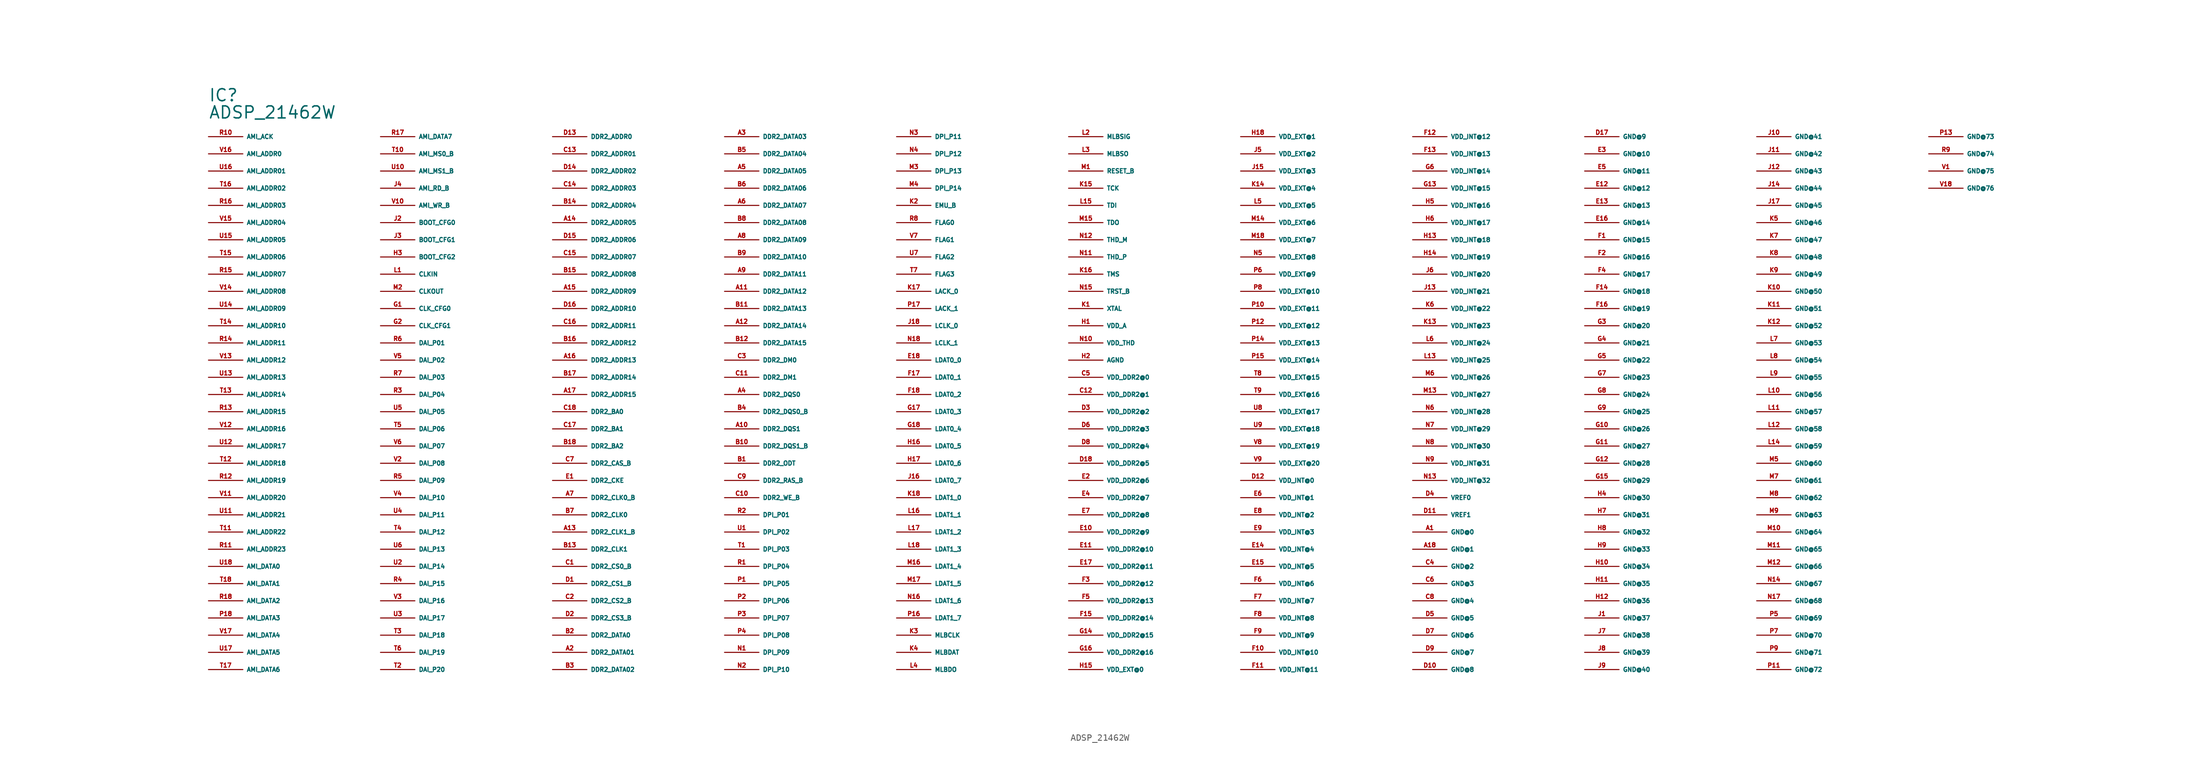
<source format=kicad_sym>
(kicad_symbol_lib
  (version 20220914)
  (generator Eagle2Kicad)
  (symbol "ADSP_21462W"
    (property "Reference" "IC"
      (at -132.08 45.72 0)
      (effects (font (size 1.778 1.778) (thickness 0.22)) (justify left bottom)))
    (property "Value" "ADSP_21462W"
      (at -132.08 43.18 0)
      (effects (font (size 1.778 1.778) (thickness 0.22)) (justify left bottom)))
    (pin input line
      (at -132.08 40.64 0)
      (length 5.08)
      (name "AMI_ACK" (effects (font (size 0.635 0.635) (thickness 0.08)) (justify left bottom)))
      (number "R10" (effects (font (size 0.635 0.635) (thickness 0.08)) (justify left bottom))))
    (pin bidirectional line
      (at -132.08 38.1 0)
      (length 5.08)
      (name "AMI_ADDR0" (effects (font (size 0.635 0.635) (thickness 0.08)) (justify left bottom)))
      (number "V16" (effects (font (size 0.635 0.635) (thickness 0.08)) (justify left bottom))))
    (pin bidirectional line
      (at -132.08 35.56 0)
      (length 5.08)
      (name "AMI_ADDR01" (effects (font (size 0.635 0.635) (thickness 0.08)) (justify left bottom)))
      (number "U16" (effects (font (size 0.635 0.635) (thickness 0.08)) (justify left bottom))))
    (pin bidirectional line
      (at -132.08 33.02 0)
      (length 5.08)
      (name "AMI_ADDR02" (effects (font (size 0.635 0.635) (thickness 0.08)) (justify left bottom)))
      (number "T16" (effects (font (size 0.635 0.635) (thickness 0.08)) (justify left bottom))))
    (pin bidirectional line
      (at -132.08 30.48 0)
      (length 5.08)
      (name "AMI_ADDR03" (effects (font (size 0.635 0.635) (thickness 0.08)) (justify left bottom)))
      (number "R16" (effects (font (size 0.635 0.635) (thickness 0.08)) (justify left bottom))))
    (pin bidirectional line
      (at -132.08 27.94 0)
      (length 5.08)
      (name "AMI_ADDR04" (effects (font (size 0.635 0.635) (thickness 0.08)) (justify left bottom)))
      (number "V15" (effects (font (size 0.635 0.635) (thickness 0.08)) (justify left bottom))))
    (pin bidirectional line
      (at -132.08 25.4 0)
      (length 5.08)
      (name "AMI_ADDR05" (effects (font (size 0.635 0.635) (thickness 0.08)) (justify left bottom)))
      (number "U15" (effects (font (size 0.635 0.635) (thickness 0.08)) (justify left bottom))))
    (pin bidirectional line
      (at -132.08 22.86 0)
      (length 5.08)
      (name "AMI_ADDR06" (effects (font (size 0.635 0.635) (thickness 0.08)) (justify left bottom)))
      (number "T15" (effects (font (size 0.635 0.635) (thickness 0.08)) (justify left bottom))))
    (pin bidirectional line
      (at -132.08 20.32 0)
      (length 5.08)
      (name "AMI_ADDR07" (effects (font (size 0.635 0.635) (thickness 0.08)) (justify left bottom)))
      (number "R15" (effects (font (size 0.635 0.635) (thickness 0.08)) (justify left bottom))))
    (pin bidirectional line
      (at -132.08 17.78 0)
      (length 5.08)
      (name "AMI_ADDR08" (effects (font (size 0.635 0.635) (thickness 0.08)) (justify left bottom)))
      (number "V14" (effects (font (size 0.635 0.635) (thickness 0.08)) (justify left bottom))))
    (pin bidirectional line
      (at -132.08 15.24 0)
      (length 5.08)
      (name "AMI_ADDR09" (effects (font (size 0.635 0.635) (thickness 0.08)) (justify left bottom)))
      (number "U14" (effects (font (size 0.635 0.635) (thickness 0.08)) (justify left bottom))))
    (pin bidirectional line
      (at -132.08 12.7 0)
      (length 5.08)
      (name "AMI_ADDR10" (effects (font (size 0.635 0.635) (thickness 0.08)) (justify left bottom)))
      (number "T14" (effects (font (size 0.635 0.635) (thickness 0.08)) (justify left bottom))))
    (pin bidirectional line
      (at -132.08 10.16 0)
      (length 5.08)
      (name "AMI_ADDR11" (effects (font (size 0.635 0.635) (thickness 0.08)) (justify left bottom)))
      (number "R14" (effects (font (size 0.635 0.635) (thickness 0.08)) (justify left bottom))))
    (pin bidirectional line
      (at -132.08 7.62 0)
      (length 5.08)
      (name "AMI_ADDR12" (effects (font (size 0.635 0.635) (thickness 0.08)) (justify left bottom)))
      (number "V13" (effects (font (size 0.635 0.635) (thickness 0.08)) (justify left bottom))))
    (pin bidirectional line
      (at -132.08 5.08 0)
      (length 5.08)
      (name "AMI_ADDR13" (effects (font (size 0.635 0.635) (thickness 0.08)) (justify left bottom)))
      (number "U13" (effects (font (size 0.635 0.635) (thickness 0.08)) (justify left bottom))))
    (pin bidirectional line
      (at -132.08 2.54 0)
      (length 5.08)
      (name "AMI_ADDR14" (effects (font (size 0.635 0.635) (thickness 0.08)) (justify left bottom)))
      (number "T13" (effects (font (size 0.635 0.635) (thickness 0.08)) (justify left bottom))))
    (pin bidirectional line
      (at -132.08 0 0)
      (length 5.08)
      (name "AMI_ADDR15" (effects (font (size 0.635 0.635) (thickness 0.08)) (justify left bottom)))
      (number "R13" (effects (font (size 0.635 0.635) (thickness 0.08)) (justify left bottom))))
    (pin bidirectional line
      (at -132.08 -2.54 0)
      (length 5.08)
      (name "AMI_ADDR16" (effects (font (size 0.635 0.635) (thickness 0.08)) (justify left bottom)))
      (number "V12" (effects (font (size 0.635 0.635) (thickness 0.08)) (justify left bottom))))
    (pin bidirectional line
      (at -132.08 -5.08 0)
      (length 5.08)
      (name "AMI_ADDR17" (effects (font (size 0.635 0.635) (thickness 0.08)) (justify left bottom)))
      (number "U12" (effects (font (size 0.635 0.635) (thickness 0.08)) (justify left bottom))))
    (pin bidirectional line
      (at -132.08 -7.62 0)
      (length 5.08)
      (name "AMI_ADDR18" (effects (font (size 0.635 0.635) (thickness 0.08)) (justify left bottom)))
      (number "T12" (effects (font (size 0.635 0.635) (thickness 0.08)) (justify left bottom))))
    (pin bidirectional line
      (at -132.08 -10.16 0)
      (length 5.08)
      (name "AMI_ADDR19" (effects (font (size 0.635 0.635) (thickness 0.08)) (justify left bottom)))
      (number "R12" (effects (font (size 0.635 0.635) (thickness 0.08)) (justify left bottom))))
    (pin bidirectional line
      (at -132.08 -12.7 0)
      (length 5.08)
      (name "AMI_ADDR20" (effects (font (size 0.635 0.635) (thickness 0.08)) (justify left bottom)))
      (number "V11" (effects (font (size 0.635 0.635) (thickness 0.08)) (justify left bottom))))
    (pin bidirectional line
      (at -132.08 -15.24 0)
      (length 5.08)
      (name "AMI_ADDR21" (effects (font (size 0.635 0.635) (thickness 0.08)) (justify left bottom)))
      (number "U11" (effects (font (size 0.635 0.635) (thickness 0.08)) (justify left bottom))))
    (pin bidirectional line
      (at -132.08 -17.78 0)
      (length 5.08)
      (name "AMI_ADDR22" (effects (font (size 0.635 0.635) (thickness 0.08)) (justify left bottom)))
      (number "T11" (effects (font (size 0.635 0.635) (thickness 0.08)) (justify left bottom))))
    (pin bidirectional line
      (at -132.08 -20.32 0)
      (length 5.08)
      (name "AMI_ADDR23" (effects (font (size 0.635 0.635) (thickness 0.08)) (justify left bottom)))
      (number "R11" (effects (font (size 0.635 0.635) (thickness 0.08)) (justify left bottom))))
    (pin bidirectional line
      (at -132.08 -22.86 0)
      (length 5.08)
      (name "AMI_DATA0" (effects (font (size 0.635 0.635) (thickness 0.08)) (justify left bottom)))
      (number "U18" (effects (font (size 0.635 0.635) (thickness 0.08)) (justify left bottom))))
    (pin bidirectional line
      (at -132.08 -25.4 0)
      (length 5.08)
      (name "AMI_DATA1" (effects (font (size 0.635 0.635) (thickness 0.08)) (justify left bottom)))
      (number "T18" (effects (font (size 0.635 0.635) (thickness 0.08)) (justify left bottom))))
    (pin bidirectional line
      (at -132.08 -27.94 0)
      (length 5.08)
      (name "AMI_DATA2" (effects (font (size 0.635 0.635) (thickness 0.08)) (justify left bottom)))
      (number "R18" (effects (font (size 0.635 0.635) (thickness 0.08)) (justify left bottom))))
    (pin bidirectional line
      (at -132.08 -30.48 0)
      (length 5.08)
      (name "AMI_DATA3" (effects (font (size 0.635 0.635) (thickness 0.08)) (justify left bottom)))
      (number "P18" (effects (font (size 0.635 0.635) (thickness 0.08)) (justify left bottom))))
    (pin bidirectional line
      (at -132.08 -33.02 0)
      (length 5.08)
      (name "AMI_DATA4" (effects (font (size 0.635 0.635) (thickness 0.08)) (justify left bottom)))
      (number "V17" (effects (font (size 0.635 0.635) (thickness 0.08)) (justify left bottom))))
    (pin bidirectional line
      (at -132.08 -35.56 0)
      (length 5.08)
      (name "AMI_DATA5" (effects (font (size 0.635 0.635) (thickness 0.08)) (justify left bottom)))
      (number "U17" (effects (font (size 0.635 0.635) (thickness 0.08)) (justify left bottom))))
    (pin bidirectional line
      (at -132.08 -38.1 0)
      (length 5.08)
      (name "AMI_DATA6" (effects (font (size 0.635 0.635) (thickness 0.08)) (justify left bottom)))
      (number "T17" (effects (font (size 0.635 0.635) (thickness 0.08)) (justify left bottom))))
    (pin bidirectional line
      (at -106.68 40.64 0)
      (length 5.08)
      (name "AMI_DATA7" (effects (font (size 0.635 0.635) (thickness 0.08)) (justify left bottom)))
      (number "R17" (effects (font (size 0.635 0.635) (thickness 0.08)) (justify left bottom))))
    (pin output line
      (at -106.68 38.1 0)
      (length 5.08)
      (name "AMI_MS0_B" (effects (font (size 0.635 0.635) (thickness 0.08)) (justify left bottom)))
      (number "T10" (effects (font (size 0.635 0.635) (thickness 0.08)) (justify left bottom))))
    (pin output line
      (at -106.68 35.56 0)
      (length 5.08)
      (name "AMI_MS1_B" (effects (font (size 0.635 0.635) (thickness 0.08)) (justify left bottom)))
      (number "U10" (effects (font (size 0.635 0.635) (thickness 0.08)) (justify left bottom))))
    (pin output line
      (at -106.68 33.02 0)
      (length 5.08)
      (name "AMI_RD_B" (effects (font (size 0.635 0.635) (thickness 0.08)) (justify left bottom)))
      (number "J4" (effects (font (size 0.635 0.635) (thickness 0.08)) (justify left bottom))))
    (pin output line
      (at -106.68 30.48 0)
      (length 5.08)
      (name "AMI_WR_B" (effects (font (size 0.635 0.635) (thickness 0.08)) (justify left bottom)))
      (number "V10" (effects (font (size 0.635 0.635) (thickness 0.08)) (justify left bottom))))
    (pin input line
      (at -106.68 27.94 0)
      (length 5.08)
      (name "BOOT_CFG0" (effects (font (size 0.635 0.635) (thickness 0.08)) (justify left bottom)))
      (number "J2" (effects (font (size 0.635 0.635) (thickness 0.08)) (justify left bottom))))
    (pin input line
      (at -106.68 25.4 0)
      (length 5.08)
      (name "BOOT_CFG1" (effects (font (size 0.635 0.635) (thickness 0.08)) (justify left bottom)))
      (number "J3" (effects (font (size 0.635 0.635) (thickness 0.08)) (justify left bottom))))
    (pin input line
      (at -106.68 22.86 0)
      (length 5.08)
      (name "BOOT_CFG2" (effects (font (size 0.635 0.635) (thickness 0.08)) (justify left bottom)))
      (number "H3" (effects (font (size 0.635 0.635) (thickness 0.08)) (justify left bottom))))
    (pin input line
      (at -106.68 20.32 0)
      (length 5.08)
      (name "CLKIN" (effects (font (size 0.635 0.635) (thickness 0.08)) (justify left bottom)))
      (number "L1" (effects (font (size 0.635 0.635) (thickness 0.08)) (justify left bottom))))
    (pin bidirectional line
      (at -106.68 17.78 0)
      (length 5.08)
      (name "CLKOUT" (effects (font (size 0.635 0.635) (thickness 0.08)) (justify left bottom)))
      (number "M2" (effects (font (size 0.635 0.635) (thickness 0.08)) (justify left bottom))))
    (pin input line
      (at -106.68 15.24 0)
      (length 5.08)
      (name "CLK_CFG0" (effects (font (size 0.635 0.635) (thickness 0.08)) (justify left bottom)))
      (number "G1" (effects (font (size 0.635 0.635) (thickness 0.08)) (justify left bottom))))
    (pin input line
      (at -106.68 12.7 0)
      (length 5.08)
      (name "CLK_CFG1" (effects (font (size 0.635 0.635) (thickness 0.08)) (justify left bottom)))
      (number "G2" (effects (font (size 0.635 0.635) (thickness 0.08)) (justify left bottom))))
    (pin bidirectional line
      (at -106.68 10.16 0)
      (length 5.08)
      (name "DAI_P01" (effects (font (size 0.635 0.635) (thickness 0.08)) (justify left bottom)))
      (number "R6" (effects (font (size 0.635 0.635) (thickness 0.08)) (justify left bottom))))
    (pin bidirectional line
      (at -106.68 7.62 0)
      (length 5.08)
      (name "DAI_P02" (effects (font (size 0.635 0.635) (thickness 0.08)) (justify left bottom)))
      (number "V5" (effects (font (size 0.635 0.635) (thickness 0.08)) (justify left bottom))))
    (pin bidirectional line
      (at -106.68 5.08 0)
      (length 5.08)
      (name "DAI_P03" (effects (font (size 0.635 0.635) (thickness 0.08)) (justify left bottom)))
      (number "R7" (effects (font (size 0.635 0.635) (thickness 0.08)) (justify left bottom))))
    (pin bidirectional line
      (at -106.68 2.54 0)
      (length 5.08)
      (name "DAI_P04" (effects (font (size 0.635 0.635) (thickness 0.08)) (justify left bottom)))
      (number "R3" (effects (font (size 0.635 0.635) (thickness 0.08)) (justify left bottom))))
    (pin bidirectional line
      (at -106.68 0 0)
      (length 5.08)
      (name "DAI_P05" (effects (font (size 0.635 0.635) (thickness 0.08)) (justify left bottom)))
      (number "U5" (effects (font (size 0.635 0.635) (thickness 0.08)) (justify left bottom))))
    (pin bidirectional line
      (at -106.68 -2.54 0)
      (length 5.08)
      (name "DAI_P06" (effects (font (size 0.635 0.635) (thickness 0.08)) (justify left bottom)))
      (number "T5" (effects (font (size 0.635 0.635) (thickness 0.08)) (justify left bottom))))
    (pin bidirectional line
      (at -106.68 -5.08 0)
      (length 5.08)
      (name "DAI_P07" (effects (font (size 0.635 0.635) (thickness 0.08)) (justify left bottom)))
      (number "V6" (effects (font (size 0.635 0.635) (thickness 0.08)) (justify left bottom))))
    (pin bidirectional line
      (at -106.68 -7.62 0)
      (length 5.08)
      (name "DAI_P08" (effects (font (size 0.635 0.635) (thickness 0.08)) (justify left bottom)))
      (number "V2" (effects (font (size 0.635 0.635) (thickness 0.08)) (justify left bottom))))
    (pin bidirectional line
      (at -106.68 -10.16 0)
      (length 5.08)
      (name "DAI_P09" (effects (font (size 0.635 0.635) (thickness 0.08)) (justify left bottom)))
      (number "R5" (effects (font (size 0.635 0.635) (thickness 0.08)) (justify left bottom))))
    (pin bidirectional line
      (at -106.68 -12.7 0)
      (length 5.08)
      (name "DAI_P10" (effects (font (size 0.635 0.635) (thickness 0.08)) (justify left bottom)))
      (number "V4" (effects (font (size 0.635 0.635) (thickness 0.08)) (justify left bottom))))
    (pin bidirectional line
      (at -106.68 -15.24 0)
      (length 5.08)
      (name "DAI_P11" (effects (font (size 0.635 0.635) (thickness 0.08)) (justify left bottom)))
      (number "U4" (effects (font (size 0.635 0.635) (thickness 0.08)) (justify left bottom))))
    (pin bidirectional line
      (at -106.68 -17.78 0)
      (length 5.08)
      (name "DAI_P12" (effects (font (size 0.635 0.635) (thickness 0.08)) (justify left bottom)))
      (number "T4" (effects (font (size 0.635 0.635) (thickness 0.08)) (justify left bottom))))
    (pin bidirectional line
      (at -106.68 -20.32 0)
      (length 5.08)
      (name "DAI_P13" (effects (font (size 0.635 0.635) (thickness 0.08)) (justify left bottom)))
      (number "U6" (effects (font (size 0.635 0.635) (thickness 0.08)) (justify left bottom))))
    (pin bidirectional line
      (at -106.68 -22.86 0)
      (length 5.08)
      (name "DAI_P14" (effects (font (size 0.635 0.635) (thickness 0.08)) (justify left bottom)))
      (number "U2" (effects (font (size 0.635 0.635) (thickness 0.08)) (justify left bottom))))
    (pin bidirectional line
      (at -106.68 -25.4 0)
      (length 5.08)
      (name "DAI_P15" (effects (font (size 0.635 0.635) (thickness 0.08)) (justify left bottom)))
      (number "R4" (effects (font (size 0.635 0.635) (thickness 0.08)) (justify left bottom))))
    (pin bidirectional line
      (at -106.68 -27.94 0)
      (length 5.08)
      (name "DAI_P16" (effects (font (size 0.635 0.635) (thickness 0.08)) (justify left bottom)))
      (number "V3" (effects (font (size 0.635 0.635) (thickness 0.08)) (justify left bottom))))
    (pin bidirectional line
      (at -106.68 -30.48 0)
      (length 5.08)
      (name "DAI_P17" (effects (font (size 0.635 0.635) (thickness 0.08)) (justify left bottom)))
      (number "U3" (effects (font (size 0.635 0.635) (thickness 0.08)) (justify left bottom))))
    (pin bidirectional line
      (at -106.68 -33.02 0)
      (length 5.08)
      (name "DAI_P18" (effects (font (size 0.635 0.635) (thickness 0.08)) (justify left bottom)))
      (number "T3" (effects (font (size 0.635 0.635) (thickness 0.08)) (justify left bottom))))
    (pin bidirectional line
      (at -106.68 -35.56 0)
      (length 5.08)
      (name "DAI_P19" (effects (font (size 0.635 0.635) (thickness 0.08)) (justify left bottom)))
      (number "T6" (effects (font (size 0.635 0.635) (thickness 0.08)) (justify left bottom))))
    (pin bidirectional line
      (at -106.68 -38.1 0)
      (length 5.08)
      (name "DAI_P20" (effects (font (size 0.635 0.635) (thickness 0.08)) (justify left bottom)))
      (number "T2" (effects (font (size 0.635 0.635) (thickness 0.08)) (justify left bottom))))
    (pin output line
      (at -81.28 40.64 0)
      (length 5.08)
      (name "DDR2_ADDR0" (effects (font (size 0.635 0.635) (thickness 0.08)) (justify left bottom)))
      (number "D13" (effects (font (size 0.635 0.635) (thickness 0.08)) (justify left bottom))))
    (pin output line
      (at -81.28 38.1 0)
      (length 5.08)
      (name "DDR2_ADDR01" (effects (font (size 0.635 0.635) (thickness 0.08)) (justify left bottom)))
      (number "C13" (effects (font (size 0.635 0.635) (thickness 0.08)) (justify left bottom))))
    (pin output line
      (at -81.28 35.56 0)
      (length 5.08)
      (name "DDR2_ADDR02" (effects (font (size 0.635 0.635) (thickness 0.08)) (justify left bottom)))
      (number "D14" (effects (font (size 0.635 0.635) (thickness 0.08)) (justify left bottom))))
    (pin output line
      (at -81.28 33.02 0)
      (length 5.08)
      (name "DDR2_ADDR03" (effects (font (size 0.635 0.635) (thickness 0.08)) (justify left bottom)))
      (number "C14" (effects (font (size 0.635 0.635) (thickness 0.08)) (justify left bottom))))
    (pin output line
      (at -81.28 30.48 0)
      (length 5.08)
      (name "DDR2_ADDR04" (effects (font (size 0.635 0.635) (thickness 0.08)) (justify left bottom)))
      (number "B14" (effects (font (size 0.635 0.635) (thickness 0.08)) (justify left bottom))))
    (pin output line
      (at -81.28 27.94 0)
      (length 5.08)
      (name "DDR2_ADDR05" (effects (font (size 0.635 0.635) (thickness 0.08)) (justify left bottom)))
      (number "A14" (effects (font (size 0.635 0.635) (thickness 0.08)) (justify left bottom))))
    (pin output line
      (at -81.28 25.4 0)
      (length 5.08)
      (name "DDR2_ADDR06" (effects (font (size 0.635 0.635) (thickness 0.08)) (justify left bottom)))
      (number "D15" (effects (font (size 0.635 0.635) (thickness 0.08)) (justify left bottom))))
    (pin output line
      (at -81.28 22.86 0)
      (length 5.08)
      (name "DDR2_ADDR07" (effects (font (size 0.635 0.635) (thickness 0.08)) (justify left bottom)))
      (number "C15" (effects (font (size 0.635 0.635) (thickness 0.08)) (justify left bottom))))
    (pin output line
      (at -81.28 20.32 0)
      (length 5.08)
      (name "DDR2_ADDR08" (effects (font (size 0.635 0.635) (thickness 0.08)) (justify left bottom)))
      (number "B15" (effects (font (size 0.635 0.635) (thickness 0.08)) (justify left bottom))))
    (pin output line
      (at -81.28 17.78 0)
      (length 5.08)
      (name "DDR2_ADDR09" (effects (font (size 0.635 0.635) (thickness 0.08)) (justify left bottom)))
      (number "A15" (effects (font (size 0.635 0.635) (thickness 0.08)) (justify left bottom))))
    (pin output line
      (at -81.28 15.24 0)
      (length 5.08)
      (name "DDR2_ADDR10" (effects (font (size 0.635 0.635) (thickness 0.08)) (justify left bottom)))
      (number "D16" (effects (font (size 0.635 0.635) (thickness 0.08)) (justify left bottom))))
    (pin output line
      (at -81.28 12.7 0)
      (length 5.08)
      (name "DDR2_ADDR11" (effects (font (size 0.635 0.635) (thickness 0.08)) (justify left bottom)))
      (number "C16" (effects (font (size 0.635 0.635) (thickness 0.08)) (justify left bottom))))
    (pin output line
      (at -81.28 10.16 0)
      (length 5.08)
      (name "DDR2_ADDR12" (effects (font (size 0.635 0.635) (thickness 0.08)) (justify left bottom)))
      (number "B16" (effects (font (size 0.635 0.635) (thickness 0.08)) (justify left bottom))))
    (pin output line
      (at -81.28 7.62 0)
      (length 5.08)
      (name "DDR2_ADDR13" (effects (font (size 0.635 0.635) (thickness 0.08)) (justify left bottom)))
      (number "A16" (effects (font (size 0.635 0.635) (thickness 0.08)) (justify left bottom))))
    (pin output line
      (at -81.28 5.08 0)
      (length 5.08)
      (name "DDR2_ADDR14" (effects (font (size 0.635 0.635) (thickness 0.08)) (justify left bottom)))
      (number "B17" (effects (font (size 0.635 0.635) (thickness 0.08)) (justify left bottom))))
    (pin output line
      (at -81.28 2.54 0)
      (length 5.08)
      (name "DDR2_ADDR15" (effects (font (size 0.635 0.635) (thickness 0.08)) (justify left bottom)))
      (number "A17" (effects (font (size 0.635 0.635) (thickness 0.08)) (justify left bottom))))
    (pin output line
      (at -81.28 0 0)
      (length 5.08)
      (name "DDR2_BA0" (effects (font (size 0.635 0.635) (thickness 0.08)) (justify left bottom)))
      (number "C18" (effects (font (size 0.635 0.635) (thickness 0.08)) (justify left bottom))))
    (pin output line
      (at -81.28 -2.54 0)
      (length 5.08)
      (name "DDR2_BA1" (effects (font (size 0.635 0.635) (thickness 0.08)) (justify left bottom)))
      (number "C17" (effects (font (size 0.635 0.635) (thickness 0.08)) (justify left bottom))))
    (pin output line
      (at -81.28 -5.08 0)
      (length 5.08)
      (name "DDR2_BA2" (effects (font (size 0.635 0.635) (thickness 0.08)) (justify left bottom)))
      (number "B18" (effects (font (size 0.635 0.635) (thickness 0.08)) (justify left bottom))))
    (pin output line
      (at -81.28 -7.62 0)
      (length 5.08)
      (name "DDR2_CAS_B" (effects (font (size 0.635 0.635) (thickness 0.08)) (justify left bottom)))
      (number "C7" (effects (font (size 0.635 0.635) (thickness 0.08)) (justify left bottom))))
    (pin output line
      (at -81.28 -10.16 0)
      (length 5.08)
      (name "DDR2_CKE" (effects (font (size 0.635 0.635) (thickness 0.08)) (justify left bottom)))
      (number "E1" (effects (font (size 0.635 0.635) (thickness 0.08)) (justify left bottom))))
    (pin output line
      (at -81.28 -12.7 0)
      (length 5.08)
      (name "DDR2_CLK0_B" (effects (font (size 0.635 0.635) (thickness 0.08)) (justify left bottom)))
      (number "A7" (effects (font (size 0.635 0.635) (thickness 0.08)) (justify left bottom))))
    (pin output line
      (at -81.28 -15.24 0)
      (length 5.08)
      (name "DDR2_CLK0" (effects (font (size 0.635 0.635) (thickness 0.08)) (justify left bottom)))
      (number "B7" (effects (font (size 0.635 0.635) (thickness 0.08)) (justify left bottom))))
    (pin output line
      (at -81.28 -17.78 0)
      (length 5.08)
      (name "DDR2_CLK1_B" (effects (font (size 0.635 0.635) (thickness 0.08)) (justify left bottom)))
      (number "A13" (effects (font (size 0.635 0.635) (thickness 0.08)) (justify left bottom))))
    (pin output line
      (at -81.28 -20.32 0)
      (length 5.08)
      (name "DDR2_CLK1" (effects (font (size 0.635 0.635) (thickness 0.08)) (justify left bottom)))
      (number "B13" (effects (font (size 0.635 0.635) (thickness 0.08)) (justify left bottom))))
    (pin output line
      (at -81.28 -22.86 0)
      (length 5.08)
      (name "DDR2_CS0_B" (effects (font (size 0.635 0.635) (thickness 0.08)) (justify left bottom)))
      (number "C1" (effects (font (size 0.635 0.635) (thickness 0.08)) (justify left bottom))))
    (pin output line
      (at -81.28 -25.4 0)
      (length 5.08)
      (name "DDR2_CS1_B" (effects (font (size 0.635 0.635) (thickness 0.08)) (justify left bottom)))
      (number "D1" (effects (font (size 0.635 0.635) (thickness 0.08)) (justify left bottom))))
    (pin output line
      (at -81.28 -27.94 0)
      (length 5.08)
      (name "DDR2_CS2_B" (effects (font (size 0.635 0.635) (thickness 0.08)) (justify left bottom)))
      (number "C2" (effects (font (size 0.635 0.635) (thickness 0.08)) (justify left bottom))))
    (pin output line
      (at -81.28 -30.48 0)
      (length 5.08)
      (name "DDR2_CS3_B" (effects (font (size 0.635 0.635) (thickness 0.08)) (justify left bottom)))
      (number "D2" (effects (font (size 0.635 0.635) (thickness 0.08)) (justify left bottom))))
    (pin bidirectional line
      (at -81.28 -33.02 0)
      (length 5.08)
      (name "DDR2_DATA0" (effects (font (size 0.635 0.635) (thickness 0.08)) (justify left bottom)))
      (number "B2" (effects (font (size 0.635 0.635) (thickness 0.08)) (justify left bottom))))
    (pin bidirectional line
      (at -81.28 -35.56 0)
      (length 5.08)
      (name "DDR2_DATA01" (effects (font (size 0.635 0.635) (thickness 0.08)) (justify left bottom)))
      (number "A2" (effects (font (size 0.635 0.635) (thickness 0.08)) (justify left bottom))))
    (pin bidirectional line
      (at -81.28 -38.1 0)
      (length 5.08)
      (name "DDR2_DATA02" (effects (font (size 0.635 0.635) (thickness 0.08)) (justify left bottom)))
      (number "B3" (effects (font (size 0.635 0.635) (thickness 0.08)) (justify left bottom))))
    (pin bidirectional line
      (at -55.88 40.64 0)
      (length 5.08)
      (name "DDR2_DATA03" (effects (font (size 0.635 0.635) (thickness 0.08)) (justify left bottom)))
      (number "A3" (effects (font (size 0.635 0.635) (thickness 0.08)) (justify left bottom))))
    (pin bidirectional line
      (at -55.88 38.1 0)
      (length 5.08)
      (name "DDR2_DATA04" (effects (font (size 0.635 0.635) (thickness 0.08)) (justify left bottom)))
      (number "B5" (effects (font (size 0.635 0.635) (thickness 0.08)) (justify left bottom))))
    (pin bidirectional line
      (at -55.88 35.56 0)
      (length 5.08)
      (name "DDR2_DATA05" (effects (font (size 0.635 0.635) (thickness 0.08)) (justify left bottom)))
      (number "A5" (effects (font (size 0.635 0.635) (thickness 0.08)) (justify left bottom))))
    (pin bidirectional line
      (at -55.88 33.02 0)
      (length 5.08)
      (name "DDR2_DATA06" (effects (font (size 0.635 0.635) (thickness 0.08)) (justify left bottom)))
      (number "B6" (effects (font (size 0.635 0.635) (thickness 0.08)) (justify left bottom))))
    (pin bidirectional line
      (at -55.88 30.48 0)
      (length 5.08)
      (name "DDR2_DATA07" (effects (font (size 0.635 0.635) (thickness 0.08)) (justify left bottom)))
      (number "A6" (effects (font (size 0.635 0.635) (thickness 0.08)) (justify left bottom))))
    (pin bidirectional line
      (at -55.88 27.94 0)
      (length 5.08)
      (name "DDR2_DATA08" (effects (font (size 0.635 0.635) (thickness 0.08)) (justify left bottom)))
      (number "B8" (effects (font (size 0.635 0.635) (thickness 0.08)) (justify left bottom))))
    (pin bidirectional line
      (at -55.88 25.4 0)
      (length 5.08)
      (name "DDR2_DATA09" (effects (font (size 0.635 0.635) (thickness 0.08)) (justify left bottom)))
      (number "A8" (effects (font (size 0.635 0.635) (thickness 0.08)) (justify left bottom))))
    (pin bidirectional line
      (at -55.88 22.86 0)
      (length 5.08)
      (name "DDR2_DATA10" (effects (font (size 0.635 0.635) (thickness 0.08)) (justify left bottom)))
      (number "B9" (effects (font (size 0.635 0.635) (thickness 0.08)) (justify left bottom))))
    (pin bidirectional line
      (at -55.88 20.32 0)
      (length 5.08)
      (name "DDR2_DATA11" (effects (font (size 0.635 0.635) (thickness 0.08)) (justify left bottom)))
      (number "A9" (effects (font (size 0.635 0.635) (thickness 0.08)) (justify left bottom))))
    (pin bidirectional line
      (at -55.88 17.78 0)
      (length 5.08)
      (name "DDR2_DATA12" (effects (font (size 0.635 0.635) (thickness 0.08)) (justify left bottom)))
      (number "A11" (effects (font (size 0.635 0.635) (thickness 0.08)) (justify left bottom))))
    (pin bidirectional line
      (at -55.88 15.24 0)
      (length 5.08)
      (name "DDR2_DATA13" (effects (font (size 0.635 0.635) (thickness 0.08)) (justify left bottom)))
      (number "B11" (effects (font (size 0.635 0.635) (thickness 0.08)) (justify left bottom))))
    (pin bidirectional line
      (at -55.88 12.7 0)
      (length 5.08)
      (name "DDR2_DATA14" (effects (font (size 0.635 0.635) (thickness 0.08)) (justify left bottom)))
      (number "A12" (effects (font (size 0.635 0.635) (thickness 0.08)) (justify left bottom))))
    (pin bidirectional line
      (at -55.88 10.16 0)
      (length 5.08)
      (name "DDR2_DATA15" (effects (font (size 0.635 0.635) (thickness 0.08)) (justify left bottom)))
      (number "B12" (effects (font (size 0.635 0.635) (thickness 0.08)) (justify left bottom))))
    (pin output line
      (at -55.88 7.62 0)
      (length 5.08)
      (name "DDR2_DM0" (effects (font (size 0.635 0.635) (thickness 0.08)) (justify left bottom)))
      (number "C3" (effects (font (size 0.635 0.635) (thickness 0.08)) (justify left bottom))))
    (pin output line
      (at -55.88 5.08 0)
      (length 5.08)
      (name "DDR2_DM1" (effects (font (size 0.635 0.635) (thickness 0.08)) (justify left bottom)))
      (number "C11" (effects (font (size 0.635 0.635) (thickness 0.08)) (justify left bottom))))
    (pin bidirectional line
      (at -55.88 2.54 0)
      (length 5.08)
      (name "DDR2_DQS0" (effects (font (size 0.635 0.635) (thickness 0.08)) (justify left bottom)))
      (number "A4" (effects (font (size 0.635 0.635) (thickness 0.08)) (justify left bottom))))
    (pin bidirectional line
      (at -55.88 0 0)
      (length 5.08)
      (name "DDR2_DQS0_B" (effects (font (size 0.635 0.635) (thickness 0.08)) (justify left bottom)))
      (number "B4" (effects (font (size 0.635 0.635) (thickness 0.08)) (justify left bottom))))
    (pin bidirectional line
      (at -55.88 -2.54 0)
      (length 5.08)
      (name "DDR2_DQS1" (effects (font (size 0.635 0.635) (thickness 0.08)) (justify left bottom)))
      (number "A10" (effects (font (size 0.635 0.635) (thickness 0.08)) (justify left bottom))))
    (pin bidirectional line
      (at -55.88 -5.08 0)
      (length 5.08)
      (name "DDR2_DQS1_B" (effects (font (size 0.635 0.635) (thickness 0.08)) (justify left bottom)))
      (number "B10" (effects (font (size 0.635 0.635) (thickness 0.08)) (justify left bottom))))
    (pin output line
      (at -55.88 -7.62 0)
      (length 5.08)
      (name "DDR2_ODT" (effects (font (size 0.635 0.635) (thickness 0.08)) (justify left bottom)))
      (number "B1" (effects (font (size 0.635 0.635) (thickness 0.08)) (justify left bottom))))
    (pin output line
      (at -55.88 -10.16 0)
      (length 5.08)
      (name "DDR2_RAS_B" (effects (font (size 0.635 0.635) (thickness 0.08)) (justify left bottom)))
      (number "C9" (effects (font (size 0.635 0.635) (thickness 0.08)) (justify left bottom))))
    (pin output line
      (at -55.88 -12.7 0)
      (length 5.08)
      (name "DDR2_WE_B" (effects (font (size 0.635 0.635) (thickness 0.08)) (justify left bottom)))
      (number "C10" (effects (font (size 0.635 0.635) (thickness 0.08)) (justify left bottom))))
    (pin bidirectional line
      (at -55.88 -15.24 0)
      (length 5.08)
      (name "DPI_P01" (effects (font (size 0.635 0.635) (thickness 0.08)) (justify left bottom)))
      (number "R2" (effects (font (size 0.635 0.635) (thickness 0.08)) (justify left bottom))))
    (pin bidirectional line
      (at -55.88 -17.78 0)
      (length 5.08)
      (name "DPI_P02" (effects (font (size 0.635 0.635) (thickness 0.08)) (justify left bottom)))
      (number "U1" (effects (font (size 0.635 0.635) (thickness 0.08)) (justify left bottom))))
    (pin bidirectional line
      (at -55.88 -20.32 0)
      (length 5.08)
      (name "DPI_P03" (effects (font (size 0.635 0.635) (thickness 0.08)) (justify left bottom)))
      (number "T1" (effects (font (size 0.635 0.635) (thickness 0.08)) (justify left bottom))))
    (pin bidirectional line
      (at -55.88 -22.86 0)
      (length 5.08)
      (name "DPI_P04" (effects (font (size 0.635 0.635) (thickness 0.08)) (justify left bottom)))
      (number "R1" (effects (font (size 0.635 0.635) (thickness 0.08)) (justify left bottom))))
    (pin bidirectional line
      (at -55.88 -25.4 0)
      (length 5.08)
      (name "DPI_P05" (effects (font (size 0.635 0.635) (thickness 0.08)) (justify left bottom)))
      (number "P1" (effects (font (size 0.635 0.635) (thickness 0.08)) (justify left bottom))))
    (pin bidirectional line
      (at -55.88 -27.94 0)
      (length 5.08)
      (name "DPI_P06" (effects (font (size 0.635 0.635) (thickness 0.08)) (justify left bottom)))
      (number "P2" (effects (font (size 0.635 0.635) (thickness 0.08)) (justify left bottom))))
    (pin bidirectional line
      (at -55.88 -30.48 0)
      (length 5.08)
      (name "DPI_P07" (effects (font (size 0.635 0.635) (thickness 0.08)) (justify left bottom)))
      (number "P3" (effects (font (size 0.635 0.635) (thickness 0.08)) (justify left bottom))))
    (pin bidirectional line
      (at -55.88 -33.02 0)
      (length 5.08)
      (name "DPI_P08" (effects (font (size 0.635 0.635) (thickness 0.08)) (justify left bottom)))
      (number "P4" (effects (font (size 0.635 0.635) (thickness 0.08)) (justify left bottom))))
    (pin bidirectional line
      (at -55.88 -35.56 0)
      (length 5.08)
      (name "DPI_P09" (effects (font (size 0.635 0.635) (thickness 0.08)) (justify left bottom)))
      (number "N1" (effects (font (size 0.635 0.635) (thickness 0.08)) (justify left bottom))))
    (pin bidirectional line
      (at -55.88 -38.1 0)
      (length 5.08)
      (name "DPI_P10" (effects (font (size 0.635 0.635) (thickness 0.08)) (justify left bottom)))
      (number "N2" (effects (font (size 0.635 0.635) (thickness 0.08)) (justify left bottom))))
    (pin bidirectional line
      (at -30.48 40.64 0)
      (length 5.08)
      (name "DPI_P11" (effects (font (size 0.635 0.635) (thickness 0.08)) (justify left bottom)))
      (number "N3" (effects (font (size 0.635 0.635) (thickness 0.08)) (justify left bottom))))
    (pin bidirectional line
      (at -30.48 38.1 0)
      (length 5.08)
      (name "DPI_P12" (effects (font (size 0.635 0.635) (thickness 0.08)) (justify left bottom)))
      (number "N4" (effects (font (size 0.635 0.635) (thickness 0.08)) (justify left bottom))))
    (pin bidirectional line
      (at -30.48 35.56 0)
      (length 5.08)
      (name "DPI_P13" (effects (font (size 0.635 0.635) (thickness 0.08)) (justify left bottom)))
      (number "M3" (effects (font (size 0.635 0.635) (thickness 0.08)) (justify left bottom))))
    (pin bidirectional line
      (at -30.48 33.02 0)
      (length 5.08)
      (name "DPI_P14" (effects (font (size 0.635 0.635) (thickness 0.08)) (justify left bottom)))
      (number "M4" (effects (font (size 0.635 0.635) (thickness 0.08)) (justify left bottom))))
    (pin output line
      (at -30.48 30.48 0)
      (length 5.08)
      (name "EMU_B" (effects (font (size 0.635 0.635) (thickness 0.08)) (justify left bottom)))
      (number "K2" (effects (font (size 0.635 0.635) (thickness 0.08)) (justify left bottom))))
    (pin bidirectional line
      (at -30.48 27.94 0)
      (length 5.08)
      (name "FLAG0" (effects (font (size 0.635 0.635) (thickness 0.08)) (justify left bottom)))
      (number "R8" (effects (font (size 0.635 0.635) (thickness 0.08)) (justify left bottom))))
    (pin bidirectional line
      (at -30.48 25.4 0)
      (length 5.08)
      (name "FLAG1" (effects (font (size 0.635 0.635) (thickness 0.08)) (justify left bottom)))
      (number "V7" (effects (font (size 0.635 0.635) (thickness 0.08)) (justify left bottom))))
    (pin bidirectional line
      (at -30.48 22.86 0)
      (length 5.08)
      (name "FLAG2" (effects (font (size 0.635 0.635) (thickness 0.08)) (justify left bottom)))
      (number "U7" (effects (font (size 0.635 0.635) (thickness 0.08)) (justify left bottom))))
    (pin bidirectional line
      (at -30.48 20.32 0)
      (length 5.08)
      (name "FLAG3" (effects (font (size 0.635 0.635) (thickness 0.08)) (justify left bottom)))
      (number "T7" (effects (font (size 0.635 0.635) (thickness 0.08)) (justify left bottom))))
    (pin bidirectional line
      (at -30.48 17.78 0)
      (length 5.08)
      (name "LACK_0" (effects (font (size 0.635 0.635) (thickness 0.08)) (justify left bottom)))
      (number "K17" (effects (font (size 0.635 0.635) (thickness 0.08)) (justify left bottom))))
    (pin bidirectional line
      (at -30.48 15.24 0)
      (length 5.08)
      (name "LACK_1" (effects (font (size 0.635 0.635) (thickness 0.08)) (justify left bottom)))
      (number "P17" (effects (font (size 0.635 0.635) (thickness 0.08)) (justify left bottom))))
    (pin bidirectional line
      (at -30.48 12.7 0)
      (length 5.08)
      (name "LCLK_0" (effects (font (size 0.635 0.635) (thickness 0.08)) (justify left bottom)))
      (number "J18" (effects (font (size 0.635 0.635) (thickness 0.08)) (justify left bottom))))
    (pin bidirectional line
      (at -30.48 10.16 0)
      (length 5.08)
      (name "LCLK_1" (effects (font (size 0.635 0.635) (thickness 0.08)) (justify left bottom)))
      (number "N18" (effects (font (size 0.635 0.635) (thickness 0.08)) (justify left bottom))))
    (pin bidirectional line
      (at -30.48 7.62 0)
      (length 5.08)
      (name "LDAT0_0" (effects (font (size 0.635 0.635) (thickness 0.08)) (justify left bottom)))
      (number "E18" (effects (font (size 0.635 0.635) (thickness 0.08)) (justify left bottom))))
    (pin bidirectional line
      (at -30.48 5.08 0)
      (length 5.08)
      (name "LDAT0_1" (effects (font (size 0.635 0.635) (thickness 0.08)) (justify left bottom)))
      (number "F17" (effects (font (size 0.635 0.635) (thickness 0.08)) (justify left bottom))))
    (pin bidirectional line
      (at -30.48 2.54 0)
      (length 5.08)
      (name "LDAT0_2" (effects (font (size 0.635 0.635) (thickness 0.08)) (justify left bottom)))
      (number "F18" (effects (font (size 0.635 0.635) (thickness 0.08)) (justify left bottom))))
    (pin bidirectional line
      (at -30.48 0 0)
      (length 5.08)
      (name "LDAT0_3" (effects (font (size 0.635 0.635) (thickness 0.08)) (justify left bottom)))
      (number "G17" (effects (font (size 0.635 0.635) (thickness 0.08)) (justify left bottom))))
    (pin bidirectional line
      (at -30.48 -2.54 0)
      (length 5.08)
      (name "LDAT0_4" (effects (font (size 0.635 0.635) (thickness 0.08)) (justify left bottom)))
      (number "G18" (effects (font (size 0.635 0.635) (thickness 0.08)) (justify left bottom))))
    (pin bidirectional line
      (at -30.48 -5.08 0)
      (length 5.08)
      (name "LDAT0_5" (effects (font (size 0.635 0.635) (thickness 0.08)) (justify left bottom)))
      (number "H16" (effects (font (size 0.635 0.635) (thickness 0.08)) (justify left bottom))))
    (pin bidirectional line
      (at -30.48 -7.62 0)
      (length 5.08)
      (name "LDAT0_6" (effects (font (size 0.635 0.635) (thickness 0.08)) (justify left bottom)))
      (number "H17" (effects (font (size 0.635 0.635) (thickness 0.08)) (justify left bottom))))
    (pin bidirectional line
      (at -30.48 -10.16 0)
      (length 5.08)
      (name "LDAT0_7" (effects (font (size 0.635 0.635) (thickness 0.08)) (justify left bottom)))
      (number "J16" (effects (font (size 0.635 0.635) (thickness 0.08)) (justify left bottom))))
    (pin bidirectional line
      (at -30.48 -12.7 0)
      (length 5.08)
      (name "LDAT1_0" (effects (font (size 0.635 0.635) (thickness 0.08)) (justify left bottom)))
      (number "K18" (effects (font (size 0.635 0.635) (thickness 0.08)) (justify left bottom))))
    (pin bidirectional line
      (at -30.48 -15.24 0)
      (length 5.08)
      (name "LDAT1_1" (effects (font (size 0.635 0.635) (thickness 0.08)) (justify left bottom)))
      (number "L16" (effects (font (size 0.635 0.635) (thickness 0.08)) (justify left bottom))))
    (pin bidirectional line
      (at -30.48 -17.78 0)
      (length 5.08)
      (name "LDAT1_2" (effects (font (size 0.635 0.635) (thickness 0.08)) (justify left bottom)))
      (number "L17" (effects (font (size 0.635 0.635) (thickness 0.08)) (justify left bottom))))
    (pin bidirectional line
      (at -30.48 -20.32 0)
      (length 5.08)
      (name "LDAT1_3" (effects (font (size 0.635 0.635) (thickness 0.08)) (justify left bottom)))
      (number "L18" (effects (font (size 0.635 0.635) (thickness 0.08)) (justify left bottom))))
    (pin bidirectional line
      (at -30.48 -22.86 0)
      (length 5.08)
      (name "LDAT1_4" (effects (font (size 0.635 0.635) (thickness 0.08)) (justify left bottom)))
      (number "M16" (effects (font (size 0.635 0.635) (thickness 0.08)) (justify left bottom))))
    (pin bidirectional line
      (at -30.48 -25.4 0)
      (length 5.08)
      (name "LDAT1_5" (effects (font (size 0.635 0.635) (thickness 0.08)) (justify left bottom)))
      (number "M17" (effects (font (size 0.635 0.635) (thickness 0.08)) (justify left bottom))))
    (pin bidirectional line
      (at -30.48 -27.94 0)
      (length 5.08)
      (name "LDAT1_6" (effects (font (size 0.635 0.635) (thickness 0.08)) (justify left bottom)))
      (number "N16" (effects (font (size 0.635 0.635) (thickness 0.08)) (justify left bottom))))
    (pin bidirectional line
      (at -30.48 -30.48 0)
      (length 5.08)
      (name "LDAT1_7" (effects (font (size 0.635 0.635) (thickness 0.08)) (justify left bottom)))
      (number "P16" (effects (font (size 0.635 0.635) (thickness 0.08)) (justify left bottom))))
    (pin input line
      (at -30.48 -33.02 0)
      (length 5.08)
      (name "MLBCLK" (effects (font (size 0.635 0.635) (thickness 0.08)) (justify left bottom)))
      (number "K3" (effects (font (size 0.635 0.635) (thickness 0.08)) (justify left bottom))))
    (pin bidirectional line
      (at -30.48 -35.56 0)
      (length 5.08)
      (name "MLBDAT" (effects (font (size 0.635 0.635) (thickness 0.08)) (justify left bottom)))
      (number "K4" (effects (font (size 0.635 0.635) (thickness 0.08)) (justify left bottom))))
    (pin bidirectional line
      (at -30.48 -38.1 0)
      (length 5.08)
      (name "MLBDO" (effects (font (size 0.635 0.635) (thickness 0.08)) (justify left bottom)))
      (number "L4" (effects (font (size 0.635 0.635) (thickness 0.08)) (justify left bottom))))
    (pin bidirectional line
      (at -5.08 40.64 0)
      (length 5.08)
      (name "MLBSIG" (effects (font (size 0.635 0.635) (thickness 0.08)) (justify left bottom)))
      (number "L2" (effects (font (size 0.635 0.635) (thickness 0.08)) (justify left bottom))))
    (pin bidirectional line
      (at -5.08 38.1 0)
      (length 5.08)
      (name "MLBSO" (effects (font (size 0.635 0.635) (thickness 0.08)) (justify left bottom)))
      (number "L3" (effects (font (size 0.635 0.635) (thickness 0.08)) (justify left bottom))))
    (pin input line
      (at -5.08 35.56 0)
      (length 5.08)
      (name "RESET_B" (effects (font (size 0.635 0.635) (thickness 0.08)) (justify left bottom)))
      (number "M1" (effects (font (size 0.635 0.635) (thickness 0.08)) (justify left bottom))))
    (pin input line
      (at -5.08 33.02 0)
      (length 5.08)
      (name "TCK" (effects (font (size 0.635 0.635) (thickness 0.08)) (justify left bottom)))
      (number "K15" (effects (font (size 0.635 0.635) (thickness 0.08)) (justify left bottom))))
    (pin input line
      (at -5.08 30.48 0)
      (length 5.08)
      (name "TDI" (effects (font (size 0.635 0.635) (thickness 0.08)) (justify left bottom)))
      (number "L15" (effects (font (size 0.635 0.635) (thickness 0.08)) (justify left bottom))))
    (pin output line
      (at -5.08 27.94 0)
      (length 5.08)
      (name "TDO" (effects (font (size 0.635 0.635) (thickness 0.08)) (justify left bottom)))
      (number "M15" (effects (font (size 0.635 0.635) (thickness 0.08)) (justify left bottom))))
    (pin passive line
      (at -5.08 25.4 0)
      (length 5.08)
      (name "THD_M" (effects (font (size 0.635 0.635) (thickness 0.08)) (justify left bottom)))
      (number "N12" (effects (font (size 0.635 0.635) (thickness 0.08)) (justify left bottom))))
    (pin passive line
      (at -5.08 22.86 0)
      (length 5.08)
      (name "THD_P" (effects (font (size 0.635 0.635) (thickness 0.08)) (justify left bottom)))
      (number "N11" (effects (font (size 0.635 0.635) (thickness 0.08)) (justify left bottom))))
    (pin input line
      (at -5.08 20.32 0)
      (length 5.08)
      (name "TMS" (effects (font (size 0.635 0.635) (thickness 0.08)) (justify left bottom)))
      (number "K16" (effects (font (size 0.635 0.635) (thickness 0.08)) (justify left bottom))))
    (pin input line
      (at -5.08 17.78 0)
      (length 5.08)
      (name "TRST_B" (effects (font (size 0.635 0.635) (thickness 0.08)) (justify left bottom)))
      (number "N15" (effects (font (size 0.635 0.635) (thickness 0.08)) (justify left bottom))))
    (pin output line
      (at -5.08 15.24 0)
      (length 5.08)
      (name "XTAL" (effects (font (size 0.635 0.635) (thickness 0.08)) (justify left bottom)))
      (number "K1" (effects (font (size 0.635 0.635) (thickness 0.08)) (justify left bottom))))
    (pin unspecified line
      (at -5.08 12.7 0)
      (length 5.08)
      (name "VDD_A" (effects (font (size 0.635 0.635) (thickness 0.08)) (justify left bottom)))
      (number "H1" (effects (font (size 0.635 0.635) (thickness 0.08)) (justify left bottom))))
    (pin unspecified line
      (at -5.08 10.16 0)
      (length 5.08)
      (name "VDD_THD" (effects (font (size 0.635 0.635) (thickness 0.08)) (justify left bottom)))
      (number "N10" (effects (font (size 0.635 0.635) (thickness 0.08)) (justify left bottom))))
    (pin unspecified line
      (at -5.08 7.62 0)
      (length 5.08)
      (name "AGND" (effects (font (size 0.635 0.635) (thickness 0.08)) (justify left bottom)))
      (number "H2" (effects (font (size 0.635 0.635) (thickness 0.08)) (justify left bottom))))
    (pin unspecified line
      (at -5.08 5.08 0)
      (length 5.08)
      (name "VDD_DDR2@0" (effects (font (size 0.635 0.635) (thickness 0.08)) (justify left bottom)))
      (number "C5" (effects (font (size 0.635 0.635) (thickness 0.08)) (justify left bottom))))
    (pin unspecified line
      (at -5.08 2.54 0)
      (length 5.08)
      (name "VDD_DDR2@1" (effects (font (size 0.635 0.635) (thickness 0.08)) (justify left bottom)))
      (number "C12" (effects (font (size 0.635 0.635) (thickness 0.08)) (justify left bottom))))
    (pin unspecified line
      (at -5.08 0 0)
      (length 5.08)
      (name "VDD_DDR2@2" (effects (font (size 0.635 0.635) (thickness 0.08)) (justify left bottom)))
      (number "D3" (effects (font (size 0.635 0.635) (thickness 0.08)) (justify left bottom))))
    (pin unspecified line
      (at -5.08 -2.54 0)
      (length 5.08)
      (name "VDD_DDR2@3" (effects (font (size 0.635 0.635) (thickness 0.08)) (justify left bottom)))
      (number "D6" (effects (font (size 0.635 0.635) (thickness 0.08)) (justify left bottom))))
    (pin unspecified line
      (at -5.08 -5.08 0)
      (length 5.08)
      (name "VDD_DDR2@4" (effects (font (size 0.635 0.635) (thickness 0.08)) (justify left bottom)))
      (number "D8" (effects (font (size 0.635 0.635) (thickness 0.08)) (justify left bottom))))
    (pin unspecified line
      (at -5.08 -7.62 0)
      (length 5.08)
      (name "VDD_DDR2@5" (effects (font (size 0.635 0.635) (thickness 0.08)) (justify left bottom)))
      (number "D18" (effects (font (size 0.635 0.635) (thickness 0.08)) (justify left bottom))))
    (pin unspecified line
      (at -5.08 -10.16 0)
      (length 5.08)
      (name "VDD_DDR2@6" (effects (font (size 0.635 0.635) (thickness 0.08)) (justify left bottom)))
      (number "E2" (effects (font (size 0.635 0.635) (thickness 0.08)) (justify left bottom))))
    (pin unspecified line
      (at -5.08 -12.7 0)
      (length 5.08)
      (name "VDD_DDR2@7" (effects (font (size 0.635 0.635) (thickness 0.08)) (justify left bottom)))
      (number "E4" (effects (font (size 0.635 0.635) (thickness 0.08)) (justify left bottom))))
    (pin unspecified line
      (at -5.08 -15.24 0)
      (length 5.08)
      (name "VDD_DDR2@8" (effects (font (size 0.635 0.635) (thickness 0.08)) (justify left bottom)))
      (number "E7" (effects (font (size 0.635 0.635) (thickness 0.08)) (justify left bottom))))
    (pin unspecified line
      (at -5.08 -17.78 0)
      (length 5.08)
      (name "VDD_DDR2@9" (effects (font (size 0.635 0.635) (thickness 0.08)) (justify left bottom)))
      (number "E10" (effects (font (size 0.635 0.635) (thickness 0.08)) (justify left bottom))))
    (pin unspecified line
      (at -5.08 -20.32 0)
      (length 5.08)
      (name "VDD_DDR2@10" (effects (font (size 0.635 0.635) (thickness 0.08)) (justify left bottom)))
      (number "E11" (effects (font (size 0.635 0.635) (thickness 0.08)) (justify left bottom))))
    (pin unspecified line
      (at -5.08 -22.86 0)
      (length 5.08)
      (name "VDD_DDR2@11" (effects (font (size 0.635 0.635) (thickness 0.08)) (justify left bottom)))
      (number "E17" (effects (font (size 0.635 0.635) (thickness 0.08)) (justify left bottom))))
    (pin unspecified line
      (at -5.08 -25.4 0)
      (length 5.08)
      (name "VDD_DDR2@12" (effects (font (size 0.635 0.635) (thickness 0.08)) (justify left bottom)))
      (number "F3" (effects (font (size 0.635 0.635) (thickness 0.08)) (justify left bottom))))
    (pin unspecified line
      (at -5.08 -27.94 0)
      (length 5.08)
      (name "VDD_DDR2@13" (effects (font (size 0.635 0.635) (thickness 0.08)) (justify left bottom)))
      (number "F5" (effects (font (size 0.635 0.635) (thickness 0.08)) (justify left bottom))))
    (pin unspecified line
      (at -5.08 -30.48 0)
      (length 5.08)
      (name "VDD_DDR2@14" (effects (font (size 0.635 0.635) (thickness 0.08)) (justify left bottom)))
      (number "F15" (effects (font (size 0.635 0.635) (thickness 0.08)) (justify left bottom))))
    (pin unspecified line
      (at -5.08 -33.02 0)
      (length 5.08)
      (name "VDD_DDR2@15" (effects (font (size 0.635 0.635) (thickness 0.08)) (justify left bottom)))
      (number "G14" (effects (font (size 0.635 0.635) (thickness 0.08)) (justify left bottom))))
    (pin unspecified line
      (at -5.08 -35.56 0)
      (length 5.08)
      (name "VDD_DDR2@16" (effects (font (size 0.635 0.635) (thickness 0.08)) (justify left bottom)))
      (number "G16" (effects (font (size 0.635 0.635) (thickness 0.08)) (justify left bottom))))
    (pin unspecified line
      (at -5.08 -38.1 0)
      (length 5.08)
      (name "VDD_EXT@0" (effects (font (size 0.635 0.635) (thickness 0.08)) (justify left bottom)))
      (number "H15" (effects (font (size 0.635 0.635) (thickness 0.08)) (justify left bottom))))
    (pin unspecified line
      (at 20.32 40.64 0)
      (length 5.08)
      (name "VDD_EXT@1" (effects (font (size 0.635 0.635) (thickness 0.08)) (justify left bottom)))
      (number "H18" (effects (font (size 0.635 0.635) (thickness 0.08)) (justify left bottom))))
    (pin unspecified line
      (at 20.32 38.1 0)
      (length 5.08)
      (name "VDD_EXT@2" (effects (font (size 0.635 0.635) (thickness 0.08)) (justify left bottom)))
      (number "J5" (effects (font (size 0.635 0.635) (thickness 0.08)) (justify left bottom))))
    (pin unspecified line
      (at 20.32 35.56 0)
      (length 5.08)
      (name "VDD_EXT@3" (effects (font (size 0.635 0.635) (thickness 0.08)) (justify left bottom)))
      (number "J15" (effects (font (size 0.635 0.635) (thickness 0.08)) (justify left bottom))))
    (pin unspecified line
      (at 20.32 33.02 0)
      (length 5.08)
      (name "VDD_EXT@4" (effects (font (size 0.635 0.635) (thickness 0.08)) (justify left bottom)))
      (number "K14" (effects (font (size 0.635 0.635) (thickness 0.08)) (justify left bottom))))
    (pin unspecified line
      (at 20.32 30.48 0)
      (length 5.08)
      (name "VDD_EXT@5" (effects (font (size 0.635 0.635) (thickness 0.08)) (justify left bottom)))
      (number "L5" (effects (font (size 0.635 0.635) (thickness 0.08)) (justify left bottom))))
    (pin unspecified line
      (at 20.32 27.94 0)
      (length 5.08)
      (name "VDD_EXT@6" (effects (font (size 0.635 0.635) (thickness 0.08)) (justify left bottom)))
      (number "M14" (effects (font (size 0.635 0.635) (thickness 0.08)) (justify left bottom))))
    (pin unspecified line
      (at 20.32 25.4 0)
      (length 5.08)
      (name "VDD_EXT@7" (effects (font (size 0.635 0.635) (thickness 0.08)) (justify left bottom)))
      (number "M18" (effects (font (size 0.635 0.635) (thickness 0.08)) (justify left bottom))))
    (pin unspecified line
      (at 20.32 22.86 0)
      (length 5.08)
      (name "VDD_EXT@8" (effects (font (size 0.635 0.635) (thickness 0.08)) (justify left bottom)))
      (number "N5" (effects (font (size 0.635 0.635) (thickness 0.08)) (justify left bottom))))
    (pin unspecified line
      (at 20.32 20.32 0)
      (length 5.08)
      (name "VDD_EXT@9" (effects (font (size 0.635 0.635) (thickness 0.08)) (justify left bottom)))
      (number "P6" (effects (font (size 0.635 0.635) (thickness 0.08)) (justify left bottom))))
    (pin unspecified line
      (at 20.32 17.78 0)
      (length 5.08)
      (name "VDD_EXT@10" (effects (font (size 0.635 0.635) (thickness 0.08)) (justify left bottom)))
      (number "P8" (effects (font (size 0.635 0.635) (thickness 0.08)) (justify left bottom))))
    (pin unspecified line
      (at 20.32 15.24 0)
      (length 5.08)
      (name "VDD_EXT@11" (effects (font (size 0.635 0.635) (thickness 0.08)) (justify left bottom)))
      (number "P10" (effects (font (size 0.635 0.635) (thickness 0.08)) (justify left bottom))))
    (pin unspecified line
      (at 20.32 12.7 0)
      (length 5.08)
      (name "VDD_EXT@12" (effects (font (size 0.635 0.635) (thickness 0.08)) (justify left bottom)))
      (number "P12" (effects (font (size 0.635 0.635) (thickness 0.08)) (justify left bottom))))
    (pin unspecified line
      (at 20.32 10.16 0)
      (length 5.08)
      (name "VDD_EXT@13" (effects (font (size 0.635 0.635) (thickness 0.08)) (justify left bottom)))
      (number "P14" (effects (font (size 0.635 0.635) (thickness 0.08)) (justify left bottom))))
    (pin unspecified line
      (at 20.32 7.62 0)
      (length 5.08)
      (name "VDD_EXT@14" (effects (font (size 0.635 0.635) (thickness 0.08)) (justify left bottom)))
      (number "P15" (effects (font (size 0.635 0.635) (thickness 0.08)) (justify left bottom))))
    (pin unspecified line
      (at 20.32 5.08 0)
      (length 5.08)
      (name "VDD_EXT@15" (effects (font (size 0.635 0.635) (thickness 0.08)) (justify left bottom)))
      (number "T8" (effects (font (size 0.635 0.635) (thickness 0.08)) (justify left bottom))))
    (pin unspecified line
      (at 20.32 2.54 0)
      (length 5.08)
      (name "VDD_EXT@16" (effects (font (size 0.635 0.635) (thickness 0.08)) (justify left bottom)))
      (number "T9" (effects (font (size 0.635 0.635) (thickness 0.08)) (justify left bottom))))
    (pin unspecified line
      (at 20.32 0 0)
      (length 5.08)
      (name "VDD_EXT@17" (effects (font (size 0.635 0.635) (thickness 0.08)) (justify left bottom)))
      (number "U8" (effects (font (size 0.635 0.635) (thickness 0.08)) (justify left bottom))))
    (pin unspecified line
      (at 20.32 -2.54 0)
      (length 5.08)
      (name "VDD_EXT@18" (effects (font (size 0.635 0.635) (thickness 0.08)) (justify left bottom)))
      (number "U9" (effects (font (size 0.635 0.635) (thickness 0.08)) (justify left bottom))))
    (pin unspecified line
      (at 20.32 -5.08 0)
      (length 5.08)
      (name "VDD_EXT@19" (effects (font (size 0.635 0.635) (thickness 0.08)) (justify left bottom)))
      (number "V8" (effects (font (size 0.635 0.635) (thickness 0.08)) (justify left bottom))))
    (pin unspecified line
      (at 20.32 -7.62 0)
      (length 5.08)
      (name "VDD_EXT@20" (effects (font (size 0.635 0.635) (thickness 0.08)) (justify left bottom)))
      (number "V9" (effects (font (size 0.635 0.635) (thickness 0.08)) (justify left bottom))))
    (pin unspecified line
      (at 20.32 -10.16 0)
      (length 5.08)
      (name "VDD_INT@0" (effects (font (size 0.635 0.635) (thickness 0.08)) (justify left bottom)))
      (number "D12" (effects (font (size 0.635 0.635) (thickness 0.08)) (justify left bottom))))
    (pin unspecified line
      (at 20.32 -12.7 0)
      (length 5.08)
      (name "VDD_INT@1" (effects (font (size 0.635 0.635) (thickness 0.08)) (justify left bottom)))
      (number "E6" (effects (font (size 0.635 0.635) (thickness 0.08)) (justify left bottom))))
    (pin unspecified line
      (at 20.32 -15.24 0)
      (length 5.08)
      (name "VDD_INT@2" (effects (font (size 0.635 0.635) (thickness 0.08)) (justify left bottom)))
      (number "E8" (effects (font (size 0.635 0.635) (thickness 0.08)) (justify left bottom))))
    (pin unspecified line
      (at 20.32 -17.78 0)
      (length 5.08)
      (name "VDD_INT@3" (effects (font (size 0.635 0.635) (thickness 0.08)) (justify left bottom)))
      (number "E9" (effects (font (size 0.635 0.635) (thickness 0.08)) (justify left bottom))))
    (pin unspecified line
      (at 20.32 -20.32 0)
      (length 5.08)
      (name "VDD_INT@4" (effects (font (size 0.635 0.635) (thickness 0.08)) (justify left bottom)))
      (number "E14" (effects (font (size 0.635 0.635) (thickness 0.08)) (justify left bottom))))
    (pin unspecified line
      (at 20.32 -22.86 0)
      (length 5.08)
      (name "VDD_INT@5" (effects (font (size 0.635 0.635) (thickness 0.08)) (justify left bottom)))
      (number "E15" (effects (font (size 0.635 0.635) (thickness 0.08)) (justify left bottom))))
    (pin unspecified line
      (at 20.32 -25.4 0)
      (length 5.08)
      (name "VDD_INT@6" (effects (font (size 0.635 0.635) (thickness 0.08)) (justify left bottom)))
      (number "F6" (effects (font (size 0.635 0.635) (thickness 0.08)) (justify left bottom))))
    (pin unspecified line
      (at 20.32 -27.94 0)
      (length 5.08)
      (name "VDD_INT@7" (effects (font (size 0.635 0.635) (thickness 0.08)) (justify left bottom)))
      (number "F7" (effects (font (size 0.635 0.635) (thickness 0.08)) (justify left bottom))))
    (pin unspecified line
      (at 20.32 -30.48 0)
      (length 5.08)
      (name "VDD_INT@8" (effects (font (size 0.635 0.635) (thickness 0.08)) (justify left bottom)))
      (number "F8" (effects (font (size 0.635 0.635) (thickness 0.08)) (justify left bottom))))
    (pin unspecified line
      (at 20.32 -33.02 0)
      (length 5.08)
      (name "VDD_INT@9" (effects (font (size 0.635 0.635) (thickness 0.08)) (justify left bottom)))
      (number "F9" (effects (font (size 0.635 0.635) (thickness 0.08)) (justify left bottom))))
    (pin unspecified line
      (at 20.32 -35.56 0)
      (length 5.08)
      (name "VDD_INT@10" (effects (font (size 0.635 0.635) (thickness 0.08)) (justify left bottom)))
      (number "F10" (effects (font (size 0.635 0.635) (thickness 0.08)) (justify left bottom))))
    (pin unspecified line
      (at 20.32 -38.1 0)
      (length 5.08)
      (name "VDD_INT@11" (effects (font (size 0.635 0.635) (thickness 0.08)) (justify left bottom)))
      (number "F11" (effects (font (size 0.635 0.635) (thickness 0.08)) (justify left bottom))))
    (pin unspecified line
      (at 45.72 40.64 0)
      (length 5.08)
      (name "VDD_INT@12" (effects (font (size 0.635 0.635) (thickness 0.08)) (justify left bottom)))
      (number "F12" (effects (font (size 0.635 0.635) (thickness 0.08)) (justify left bottom))))
    (pin unspecified line
      (at 45.72 38.1 0)
      (length 5.08)
      (name "VDD_INT@13" (effects (font (size 0.635 0.635) (thickness 0.08)) (justify left bottom)))
      (number "F13" (effects (font (size 0.635 0.635) (thickness 0.08)) (justify left bottom))))
    (pin unspecified line
      (at 45.72 35.56 0)
      (length 5.08)
      (name "VDD_INT@14" (effects (font (size 0.635 0.635) (thickness 0.08)) (justify left bottom)))
      (number "G6" (effects (font (size 0.635 0.635) (thickness 0.08)) (justify left bottom))))
    (pin unspecified line
      (at 45.72 33.02 0)
      (length 5.08)
      (name "VDD_INT@15" (effects (font (size 0.635 0.635) (thickness 0.08)) (justify left bottom)))
      (number "G13" (effects (font (size 0.635 0.635) (thickness 0.08)) (justify left bottom))))
    (pin unspecified line
      (at 45.72 30.48 0)
      (length 5.08)
      (name "VDD_INT@16" (effects (font (size 0.635 0.635) (thickness 0.08)) (justify left bottom)))
      (number "H5" (effects (font (size 0.635 0.635) (thickness 0.08)) (justify left bottom))))
    (pin unspecified line
      (at 45.72 27.94 0)
      (length 5.08)
      (name "VDD_INT@17" (effects (font (size 0.635 0.635) (thickness 0.08)) (justify left bottom)))
      (number "H6" (effects (font (size 0.635 0.635) (thickness 0.08)) (justify left bottom))))
    (pin unspecified line
      (at 45.72 25.4 0)
      (length 5.08)
      (name "VDD_INT@18" (effects (font (size 0.635 0.635) (thickness 0.08)) (justify left bottom)))
      (number "H13" (effects (font (size 0.635 0.635) (thickness 0.08)) (justify left bottom))))
    (pin unspecified line
      (at 45.72 22.86 0)
      (length 5.08)
      (name "VDD_INT@19" (effects (font (size 0.635 0.635) (thickness 0.08)) (justify left bottom)))
      (number "H14" (effects (font (size 0.635 0.635) (thickness 0.08)) (justify left bottom))))
    (pin unspecified line
      (at 45.72 20.32 0)
      (length 5.08)
      (name "VDD_INT@20" (effects (font (size 0.635 0.635) (thickness 0.08)) (justify left bottom)))
      (number "J6" (effects (font (size 0.635 0.635) (thickness 0.08)) (justify left bottom))))
    (pin unspecified line
      (at 45.72 17.78 0)
      (length 5.08)
      (name "VDD_INT@21" (effects (font (size 0.635 0.635) (thickness 0.08)) (justify left bottom)))
      (number "J13" (effects (font (size 0.635 0.635) (thickness 0.08)) (justify left bottom))))
    (pin unspecified line
      (at 45.72 15.24 0)
      (length 5.08)
      (name "VDD_INT@22" (effects (font (size 0.635 0.635) (thickness 0.08)) (justify left bottom)))
      (number "K6" (effects (font (size 0.635 0.635) (thickness 0.08)) (justify left bottom))))
    (pin unspecified line
      (at 45.72 12.7 0)
      (length 5.08)
      (name "VDD_INT@23" (effects (font (size 0.635 0.635) (thickness 0.08)) (justify left bottom)))
      (number "K13" (effects (font (size 0.635 0.635) (thickness 0.08)) (justify left bottom))))
    (pin unspecified line
      (at 45.72 10.16 0)
      (length 5.08)
      (name "VDD_INT@24" (effects (font (size 0.635 0.635) (thickness 0.08)) (justify left bottom)))
      (number "L6" (effects (font (size 0.635 0.635) (thickness 0.08)) (justify left bottom))))
    (pin unspecified line
      (at 45.72 7.62 0)
      (length 5.08)
      (name "VDD_INT@25" (effects (font (size 0.635 0.635) (thickness 0.08)) (justify left bottom)))
      (number "L13" (effects (font (size 0.635 0.635) (thickness 0.08)) (justify left bottom))))
    (pin unspecified line
      (at 45.72 5.08 0)
      (length 5.08)
      (name "VDD_INT@26" (effects (font (size 0.635 0.635) (thickness 0.08)) (justify left bottom)))
      (number "M6" (effects (font (size 0.635 0.635) (thickness 0.08)) (justify left bottom))))
    (pin unspecified line
      (at 45.72 2.54 0)
      (length 5.08)
      (name "VDD_INT@27" (effects (font (size 0.635 0.635) (thickness 0.08)) (justify left bottom)))
      (number "M13" (effects (font (size 0.635 0.635) (thickness 0.08)) (justify left bottom))))
    (pin unspecified line
      (at 45.72 0 0)
      (length 5.08)
      (name "VDD_INT@28" (effects (font (size 0.635 0.635) (thickness 0.08)) (justify left bottom)))
      (number "N6" (effects (font (size 0.635 0.635) (thickness 0.08)) (justify left bottom))))
    (pin unspecified line
      (at 45.72 -2.54 0)
      (length 5.08)
      (name "VDD_INT@29" (effects (font (size 0.635 0.635) (thickness 0.08)) (justify left bottom)))
      (number "N7" (effects (font (size 0.635 0.635) (thickness 0.08)) (justify left bottom))))
    (pin unspecified line
      (at 45.72 -5.08 0)
      (length 5.08)
      (name "VDD_INT@30" (effects (font (size 0.635 0.635) (thickness 0.08)) (justify left bottom)))
      (number "N8" (effects (font (size 0.635 0.635) (thickness 0.08)) (justify left bottom))))
    (pin unspecified line
      (at 45.72 -7.62 0)
      (length 5.08)
      (name "VDD_INT@31" (effects (font (size 0.635 0.635) (thickness 0.08)) (justify left bottom)))
      (number "N9" (effects (font (size 0.635 0.635) (thickness 0.08)) (justify left bottom))))
    (pin unspecified line
      (at 45.72 -10.16 0)
      (length 5.08)
      (name "VDD_INT@32" (effects (font (size 0.635 0.635) (thickness 0.08)) (justify left bottom)))
      (number "N13" (effects (font (size 0.635 0.635) (thickness 0.08)) (justify left bottom))))
    (pin passive line
      (at 45.72 -12.7 0)
      (length 5.08)
      (name "VREF0" (effects (font (size 0.635 0.635) (thickness 0.08)) (justify left bottom)))
      (number "D4" (effects (font (size 0.635 0.635) (thickness 0.08)) (justify left bottom))))
    (pin passive line
      (at 45.72 -15.24 0)
      (length 5.08)
      (name "VREF1" (effects (font (size 0.635 0.635) (thickness 0.08)) (justify left bottom)))
      (number "D11" (effects (font (size 0.635 0.635) (thickness 0.08)) (justify left bottom))))
    (pin unspecified line
      (at 45.72 -17.78 0)
      (length 5.08)
      (name "GND@0" (effects (font (size 0.635 0.635) (thickness 0.08)) (justify left bottom)))
      (number "A1" (effects (font (size 0.635 0.635) (thickness 0.08)) (justify left bottom))))
    (pin unspecified line
      (at 45.72 -20.32 0)
      (length 5.08)
      (name "GND@1" (effects (font (size 0.635 0.635) (thickness 0.08)) (justify left bottom)))
      (number "A18" (effects (font (size 0.635 0.635) (thickness 0.08)) (justify left bottom))))
    (pin unspecified line
      (at 45.72 -22.86 0)
      (length 5.08)
      (name "GND@2" (effects (font (size 0.635 0.635) (thickness 0.08)) (justify left bottom)))
      (number "C4" (effects (font (size 0.635 0.635) (thickness 0.08)) (justify left bottom))))
    (pin unspecified line
      (at 45.72 -25.4 0)
      (length 5.08)
      (name "GND@3" (effects (font (size 0.635 0.635) (thickness 0.08)) (justify left bottom)))
      (number "C6" (effects (font (size 0.635 0.635) (thickness 0.08)) (justify left bottom))))
    (pin unspecified line
      (at 45.72 -27.94 0)
      (length 5.08)
      (name "GND@4" (effects (font (size 0.635 0.635) (thickness 0.08)) (justify left bottom)))
      (number "C8" (effects (font (size 0.635 0.635) (thickness 0.08)) (justify left bottom))))
    (pin unspecified line
      (at 45.72 -30.48 0)
      (length 5.08)
      (name "GND@5" (effects (font (size 0.635 0.635) (thickness 0.08)) (justify left bottom)))
      (number "D5" (effects (font (size 0.635 0.635) (thickness 0.08)) (justify left bottom))))
    (pin unspecified line
      (at 45.72 -33.02 0)
      (length 5.08)
      (name "GND@6" (effects (font (size 0.635 0.635) (thickness 0.08)) (justify left bottom)))
      (number "D7" (effects (font (size 0.635 0.635) (thickness 0.08)) (justify left bottom))))
    (pin unspecified line
      (at 45.72 -35.56 0)
      (length 5.08)
      (name "GND@7" (effects (font (size 0.635 0.635) (thickness 0.08)) (justify left bottom)))
      (number "D9" (effects (font (size 0.635 0.635) (thickness 0.08)) (justify left bottom))))
    (pin unspecified line
      (at 45.72 -38.1 0)
      (length 5.08)
      (name "GND@8" (effects (font (size 0.635 0.635) (thickness 0.08)) (justify left bottom)))
      (number "D10" (effects (font (size 0.635 0.635) (thickness 0.08)) (justify left bottom))))
    (pin unspecified line
      (at 71.12 40.64 0)
      (length 5.08)
      (name "GND@9" (effects (font (size 0.635 0.635) (thickness 0.08)) (justify left bottom)))
      (number "D17" (effects (font (size 0.635 0.635) (thickness 0.08)) (justify left bottom))))
    (pin unspecified line
      (at 71.12 38.1 0)
      (length 5.08)
      (name "GND@10" (effects (font (size 0.635 0.635) (thickness 0.08)) (justify left bottom)))
      (number "E3" (effects (font (size 0.635 0.635) (thickness 0.08)) (justify left bottom))))
    (pin unspecified line
      (at 71.12 35.56 0)
      (length 5.08)
      (name "GND@11" (effects (font (size 0.635 0.635) (thickness 0.08)) (justify left bottom)))
      (number "E5" (effects (font (size 0.635 0.635) (thickness 0.08)) (justify left bottom))))
    (pin unspecified line
      (at 71.12 33.02 0)
      (length 5.08)
      (name "GND@12" (effects (font (size 0.635 0.635) (thickness 0.08)) (justify left bottom)))
      (number "E12" (effects (font (size 0.635 0.635) (thickness 0.08)) (justify left bottom))))
    (pin unspecified line
      (at 71.12 30.48 0)
      (length 5.08)
      (name "GND@13" (effects (font (size 0.635 0.635) (thickness 0.08)) (justify left bottom)))
      (number "E13" (effects (font (size 0.635 0.635) (thickness 0.08)) (justify left bottom))))
    (pin unspecified line
      (at 71.12 27.94 0)
      (length 5.08)
      (name "GND@14" (effects (font (size 0.635 0.635) (thickness 0.08)) (justify left bottom)))
      (number "E16" (effects (font (size 0.635 0.635) (thickness 0.08)) (justify left bottom))))
    (pin unspecified line
      (at 71.12 25.4 0)
      (length 5.08)
      (name "GND@15" (effects (font (size 0.635 0.635) (thickness 0.08)) (justify left bottom)))
      (number "F1" (effects (font (size 0.635 0.635) (thickness 0.08)) (justify left bottom))))
    (pin unspecified line
      (at 71.12 22.86 0)
      (length 5.08)
      (name "GND@16" (effects (font (size 0.635 0.635) (thickness 0.08)) (justify left bottom)))
      (number "F2" (effects (font (size 0.635 0.635) (thickness 0.08)) (justify left bottom))))
    (pin unspecified line
      (at 71.12 20.32 0)
      (length 5.08)
      (name "GND@17" (effects (font (size 0.635 0.635) (thickness 0.08)) (justify left bottom)))
      (number "F4" (effects (font (size 0.635 0.635) (thickness 0.08)) (justify left bottom))))
    (pin unspecified line
      (at 71.12 17.78 0)
      (length 5.08)
      (name "GND@18" (effects (font (size 0.635 0.635) (thickness 0.08)) (justify left bottom)))
      (number "F14" (effects (font (size 0.635 0.635) (thickness 0.08)) (justify left bottom))))
    (pin unspecified line
      (at 71.12 15.24 0)
      (length 5.08)
      (name "GND@19" (effects (font (size 0.635 0.635) (thickness 0.08)) (justify left bottom)))
      (number "F16" (effects (font (size 0.635 0.635) (thickness 0.08)) (justify left bottom))))
    (pin unspecified line
      (at 71.12 12.7 0)
      (length 5.08)
      (name "GND@20" (effects (font (size 0.635 0.635) (thickness 0.08)) (justify left bottom)))
      (number "G3" (effects (font (size 0.635 0.635) (thickness 0.08)) (justify left bottom))))
    (pin unspecified line
      (at 71.12 10.16 0)
      (length 5.08)
      (name "GND@21" (effects (font (size 0.635 0.635) (thickness 0.08)) (justify left bottom)))
      (number "G4" (effects (font (size 0.635 0.635) (thickness 0.08)) (justify left bottom))))
    (pin unspecified line
      (at 71.12 7.62 0)
      (length 5.08)
      (name "GND@22" (effects (font (size 0.635 0.635) (thickness 0.08)) (justify left bottom)))
      (number "G5" (effects (font (size 0.635 0.635) (thickness 0.08)) (justify left bottom))))
    (pin unspecified line
      (at 71.12 5.08 0)
      (length 5.08)
      (name "GND@23" (effects (font (size 0.635 0.635) (thickness 0.08)) (justify left bottom)))
      (number "G7" (effects (font (size 0.635 0.635) (thickness 0.08)) (justify left bottom))))
    (pin unspecified line
      (at 71.12 2.54 0)
      (length 5.08)
      (name "GND@24" (effects (font (size 0.635 0.635) (thickness 0.08)) (justify left bottom)))
      (number "G8" (effects (font (size 0.635 0.635) (thickness 0.08)) (justify left bottom))))
    (pin unspecified line
      (at 71.12 0 0)
      (length 5.08)
      (name "GND@25" (effects (font (size 0.635 0.635) (thickness 0.08)) (justify left bottom)))
      (number "G9" (effects (font (size 0.635 0.635) (thickness 0.08)) (justify left bottom))))
    (pin unspecified line
      (at 71.12 -2.54 0)
      (length 5.08)
      (name "GND@26" (effects (font (size 0.635 0.635) (thickness 0.08)) (justify left bottom)))
      (number "G10" (effects (font (size 0.635 0.635) (thickness 0.08)) (justify left bottom))))
    (pin unspecified line
      (at 71.12 -5.08 0)
      (length 5.08)
      (name "GND@27" (effects (font (size 0.635 0.635) (thickness 0.08)) (justify left bottom)))
      (number "G11" (effects (font (size 0.635 0.635) (thickness 0.08)) (justify left bottom))))
    (pin unspecified line
      (at 71.12 -7.62 0)
      (length 5.08)
      (name "GND@28" (effects (font (size 0.635 0.635) (thickness 0.08)) (justify left bottom)))
      (number "G12" (effects (font (size 0.635 0.635) (thickness 0.08)) (justify left bottom))))
    (pin unspecified line
      (at 71.12 -10.16 0)
      (length 5.08)
      (name "GND@29" (effects (font (size 0.635 0.635) (thickness 0.08)) (justify left bottom)))
      (number "G15" (effects (font (size 0.635 0.635) (thickness 0.08)) (justify left bottom))))
    (pin unspecified line
      (at 71.12 -12.7 0)
      (length 5.08)
      (name "GND@30" (effects (font (size 0.635 0.635) (thickness 0.08)) (justify left bottom)))
      (number "H4" (effects (font (size 0.635 0.635) (thickness 0.08)) (justify left bottom))))
    (pin unspecified line
      (at 71.12 -15.24 0)
      (length 5.08)
      (name "GND@31" (effects (font (size 0.635 0.635) (thickness 0.08)) (justify left bottom)))
      (number "H7" (effects (font (size 0.635 0.635) (thickness 0.08)) (justify left bottom))))
    (pin unspecified line
      (at 71.12 -17.78 0)
      (length 5.08)
      (name "GND@32" (effects (font (size 0.635 0.635) (thickness 0.08)) (justify left bottom)))
      (number "H8" (effects (font (size 0.635 0.635) (thickness 0.08)) (justify left bottom))))
    (pin unspecified line
      (at 71.12 -20.32 0)
      (length 5.08)
      (name "GND@33" (effects (font (size 0.635 0.635) (thickness 0.08)) (justify left bottom)))
      (number "H9" (effects (font (size 0.635 0.635) (thickness 0.08)) (justify left bottom))))
    (pin unspecified line
      (at 71.12 -22.86 0)
      (length 5.08)
      (name "GND@34" (effects (font (size 0.635 0.635) (thickness 0.08)) (justify left bottom)))
      (number "H10" (effects (font (size 0.635 0.635) (thickness 0.08)) (justify left bottom))))
    (pin unspecified line
      (at 71.12 -25.4 0)
      (length 5.08)
      (name "GND@35" (effects (font (size 0.635 0.635) (thickness 0.08)) (justify left bottom)))
      (number "H11" (effects (font (size 0.635 0.635) (thickness 0.08)) (justify left bottom))))
    (pin unspecified line
      (at 71.12 -27.94 0)
      (length 5.08)
      (name "GND@36" (effects (font (size 0.635 0.635) (thickness 0.08)) (justify left bottom)))
      (number "H12" (effects (font (size 0.635 0.635) (thickness 0.08)) (justify left bottom))))
    (pin unspecified line
      (at 71.12 -30.48 0)
      (length 5.08)
      (name "GND@37" (effects (font (size 0.635 0.635) (thickness 0.08)) (justify left bottom)))
      (number "J1" (effects (font (size 0.635 0.635) (thickness 0.08)) (justify left bottom))))
    (pin unspecified line
      (at 71.12 -33.02 0)
      (length 5.08)
      (name "GND@38" (effects (font (size 0.635 0.635) (thickness 0.08)) (justify left bottom)))
      (number "J7" (effects (font (size 0.635 0.635) (thickness 0.08)) (justify left bottom))))
    (pin unspecified line
      (at 71.12 -35.56 0)
      (length 5.08)
      (name "GND@39" (effects (font (size 0.635 0.635) (thickness 0.08)) (justify left bottom)))
      (number "J8" (effects (font (size 0.635 0.635) (thickness 0.08)) (justify left bottom))))
    (pin unspecified line
      (at 71.12 -38.1 0)
      (length 5.08)
      (name "GND@40" (effects (font (size 0.635 0.635) (thickness 0.08)) (justify left bottom)))
      (number "J9" (effects (font (size 0.635 0.635) (thickness 0.08)) (justify left bottom))))
    (pin unspecified line
      (at 96.52 40.64 0)
      (length 5.08)
      (name "GND@41" (effects (font (size 0.635 0.635) (thickness 0.08)) (justify left bottom)))
      (number "J10" (effects (font (size 0.635 0.635) (thickness 0.08)) (justify left bottom))))
    (pin unspecified line
      (at 96.52 38.1 0)
      (length 5.08)
      (name "GND@42" (effects (font (size 0.635 0.635) (thickness 0.08)) (justify left bottom)))
      (number "J11" (effects (font (size 0.635 0.635) (thickness 0.08)) (justify left bottom))))
    (pin unspecified line
      (at 96.52 35.56 0)
      (length 5.08)
      (name "GND@43" (effects (font (size 0.635 0.635) (thickness 0.08)) (justify left bottom)))
      (number "J12" (effects (font (size 0.635 0.635) (thickness 0.08)) (justify left bottom))))
    (pin unspecified line
      (at 96.52 33.02 0)
      (length 5.08)
      (name "GND@44" (effects (font (size 0.635 0.635) (thickness 0.08)) (justify left bottom)))
      (number "J14" (effects (font (size 0.635 0.635) (thickness 0.08)) (justify left bottom))))
    (pin unspecified line
      (at 96.52 30.48 0)
      (length 5.08)
      (name "GND@45" (effects (font (size 0.635 0.635) (thickness 0.08)) (justify left bottom)))
      (number "J17" (effects (font (size 0.635 0.635) (thickness 0.08)) (justify left bottom))))
    (pin unspecified line
      (at 96.52 27.94 0)
      (length 5.08)
      (name "GND@46" (effects (font (size 0.635 0.635) (thickness 0.08)) (justify left bottom)))
      (number "K5" (effects (font (size 0.635 0.635) (thickness 0.08)) (justify left bottom))))
    (pin unspecified line
      (at 96.52 25.4 0)
      (length 5.08)
      (name "GND@47" (effects (font (size 0.635 0.635) (thickness 0.08)) (justify left bottom)))
      (number "K7" (effects (font (size 0.635 0.635) (thickness 0.08)) (justify left bottom))))
    (pin unspecified line
      (at 96.52 22.86 0)
      (length 5.08)
      (name "GND@48" (effects (font (size 0.635 0.635) (thickness 0.08)) (justify left bottom)))
      (number "K8" (effects (font (size 0.635 0.635) (thickness 0.08)) (justify left bottom))))
    (pin unspecified line
      (at 96.52 20.32 0)
      (length 5.08)
      (name "GND@49" (effects (font (size 0.635 0.635) (thickness 0.08)) (justify left bottom)))
      (number "K9" (effects (font (size 0.635 0.635) (thickness 0.08)) (justify left bottom))))
    (pin unspecified line
      (at 96.52 17.78 0)
      (length 5.08)
      (name "GND@50" (effects (font (size 0.635 0.635) (thickness 0.08)) (justify left bottom)))
      (number "K10" (effects (font (size 0.635 0.635) (thickness 0.08)) (justify left bottom))))
    (pin unspecified line
      (at 96.52 15.24 0)
      (length 5.08)
      (name "GND@51" (effects (font (size 0.635 0.635) (thickness 0.08)) (justify left bottom)))
      (number "K11" (effects (font (size 0.635 0.635) (thickness 0.08)) (justify left bottom))))
    (pin unspecified line
      (at 96.52 12.7 0)
      (length 5.08)
      (name "GND@52" (effects (font (size 0.635 0.635) (thickness 0.08)) (justify left bottom)))
      (number "K12" (effects (font (size 0.635 0.635) (thickness 0.08)) (justify left bottom))))
    (pin unspecified line
      (at 96.52 10.16 0)
      (length 5.08)
      (name "GND@53" (effects (font (size 0.635 0.635) (thickness 0.08)) (justify left bottom)))
      (number "L7" (effects (font (size 0.635 0.635) (thickness 0.08)) (justify left bottom))))
    (pin unspecified line
      (at 96.52 7.62 0)
      (length 5.08)
      (name "GND@54" (effects (font (size 0.635 0.635) (thickness 0.08)) (justify left bottom)))
      (number "L8" (effects (font (size 0.635 0.635) (thickness 0.08)) (justify left bottom))))
    (pin unspecified line
      (at 96.52 5.08 0)
      (length 5.08)
      (name "GND@55" (effects (font (size 0.635 0.635) (thickness 0.08)) (justify left bottom)))
      (number "L9" (effects (font (size 0.635 0.635) (thickness 0.08)) (justify left bottom))))
    (pin unspecified line
      (at 96.52 2.54 0)
      (length 5.08)
      (name "GND@56" (effects (font (size 0.635 0.635) (thickness 0.08)) (justify left bottom)))
      (number "L10" (effects (font (size 0.635 0.635) (thickness 0.08)) (justify left bottom))))
    (pin unspecified line
      (at 96.52 0 0)
      (length 5.08)
      (name "GND@57" (effects (font (size 0.635 0.635) (thickness 0.08)) (justify left bottom)))
      (number "L11" (effects (font (size 0.635 0.635) (thickness 0.08)) (justify left bottom))))
    (pin unspecified line
      (at 96.52 -2.54 0)
      (length 5.08)
      (name "GND@58" (effects (font (size 0.635 0.635) (thickness 0.08)) (justify left bottom)))
      (number "L12" (effects (font (size 0.635 0.635) (thickness 0.08)) (justify left bottom))))
    (pin unspecified line
      (at 96.52 -5.08 0)
      (length 5.08)
      (name "GND@59" (effects (font (size 0.635 0.635) (thickness 0.08)) (justify left bottom)))
      (number "L14" (effects (font (size 0.635 0.635) (thickness 0.08)) (justify left bottom))))
    (pin unspecified line
      (at 96.52 -7.62 0)
      (length 5.08)
      (name "GND@60" (effects (font (size 0.635 0.635) (thickness 0.08)) (justify left bottom)))
      (number "M5" (effects (font (size 0.635 0.635) (thickness 0.08)) (justify left bottom))))
    (pin unspecified line
      (at 96.52 -10.16 0)
      (length 5.08)
      (name "GND@61" (effects (font (size 0.635 0.635) (thickness 0.08)) (justify left bottom)))
      (number "M7" (effects (font (size 0.635 0.635) (thickness 0.08)) (justify left bottom))))
    (pin unspecified line
      (at 96.52 -12.7 0)
      (length 5.08)
      (name "GND@62" (effects (font (size 0.635 0.635) (thickness 0.08)) (justify left bottom)))
      (number "M8" (effects (font (size 0.635 0.635) (thickness 0.08)) (justify left bottom))))
    (pin unspecified line
      (at 96.52 -15.24 0)
      (length 5.08)
      (name "GND@63" (effects (font (size 0.635 0.635) (thickness 0.08)) (justify left bottom)))
      (number "M9" (effects (font (size 0.635 0.635) (thickness 0.08)) (justify left bottom))))
    (pin unspecified line
      (at 96.52 -17.78 0)
      (length 5.08)
      (name "GND@64" (effects (font (size 0.635 0.635) (thickness 0.08)) (justify left bottom)))
      (number "M10" (effects (font (size 0.635 0.635) (thickness 0.08)) (justify left bottom))))
    (pin unspecified line
      (at 96.52 -20.32 0)
      (length 5.08)
      (name "GND@65" (effects (font (size 0.635 0.635) (thickness 0.08)) (justify left bottom)))
      (number "M11" (effects (font (size 0.635 0.635) (thickness 0.08)) (justify left bottom))))
    (pin unspecified line
      (at 96.52 -22.86 0)
      (length 5.08)
      (name "GND@66" (effects (font (size 0.635 0.635) (thickness 0.08)) (justify left bottom)))
      (number "M12" (effects (font (size 0.635 0.635) (thickness 0.08)) (justify left bottom))))
    (pin unspecified line
      (at 96.52 -25.4 0)
      (length 5.08)
      (name "GND@67" (effects (font (size 0.635 0.635) (thickness 0.08)) (justify left bottom)))
      (number "N14" (effects (font (size 0.635 0.635) (thickness 0.08)) (justify left bottom))))
    (pin unspecified line
      (at 96.52 -27.94 0)
      (length 5.08)
      (name "GND@68" (effects (font (size 0.635 0.635) (thickness 0.08)) (justify left bottom)))
      (number "N17" (effects (font (size 0.635 0.635) (thickness 0.08)) (justify left bottom))))
    (pin unspecified line
      (at 96.52 -30.48 0)
      (length 5.08)
      (name "GND@69" (effects (font (size 0.635 0.635) (thickness 0.08)) (justify left bottom)))
      (number "P5" (effects (font (size 0.635 0.635) (thickness 0.08)) (justify left bottom))))
    (pin unspecified line
      (at 96.52 -33.02 0)
      (length 5.08)
      (name "GND@70" (effects (font (size 0.635 0.635) (thickness 0.08)) (justify left bottom)))
      (number "P7" (effects (font (size 0.635 0.635) (thickness 0.08)) (justify left bottom))))
    (pin unspecified line
      (at 96.52 -35.56 0)
      (length 5.08)
      (name "GND@71" (effects (font (size 0.635 0.635) (thickness 0.08)) (justify left bottom)))
      (number "P9" (effects (font (size 0.635 0.635) (thickness 0.08)) (justify left bottom))))
    (pin unspecified line
      (at 96.52 -38.1 0)
      (length 5.08)
      (name "GND@72" (effects (font (size 0.635 0.635) (thickness 0.08)) (justify left bottom)))
      (number "P11" (effects (font (size 0.635 0.635) (thickness 0.08)) (justify left bottom))))
    (pin unspecified line
      (at 121.92 40.64 0)
      (length 5.08)
      (name "GND@73" (effects (font (size 0.635 0.635) (thickness 0.08)) (justify left bottom)))
      (number "P13" (effects (font (size 0.635 0.635) (thickness 0.08)) (justify left bottom))))
    (pin unspecified line
      (at 121.92 38.1 0)
      (length 5.08)
      (name "GND@74" (effects (font (size 0.635 0.635) (thickness 0.08)) (justify left bottom)))
      (number "R9" (effects (font (size 0.635 0.635) (thickness 0.08)) (justify left bottom))))
    (pin unspecified line
      (at 121.92 35.56 0)
      (length 5.08)
      (name "GND@75" (effects (font (size 0.635 0.635) (thickness 0.08)) (justify left bottom)))
      (number "V1" (effects (font (size 0.635 0.635) (thickness 0.08)) (justify left bottom))))
    (pin unspecified line
      (at 121.92 33.02 0)
      (length 5.08)
      (name "GND@76" (effects (font (size 0.635 0.635) (thickness 0.08)) (justify left bottom)))
      (number "V18" (effects (font (size 0.635 0.635) (thickness 0.08)) (justify left bottom))))))
</source>
